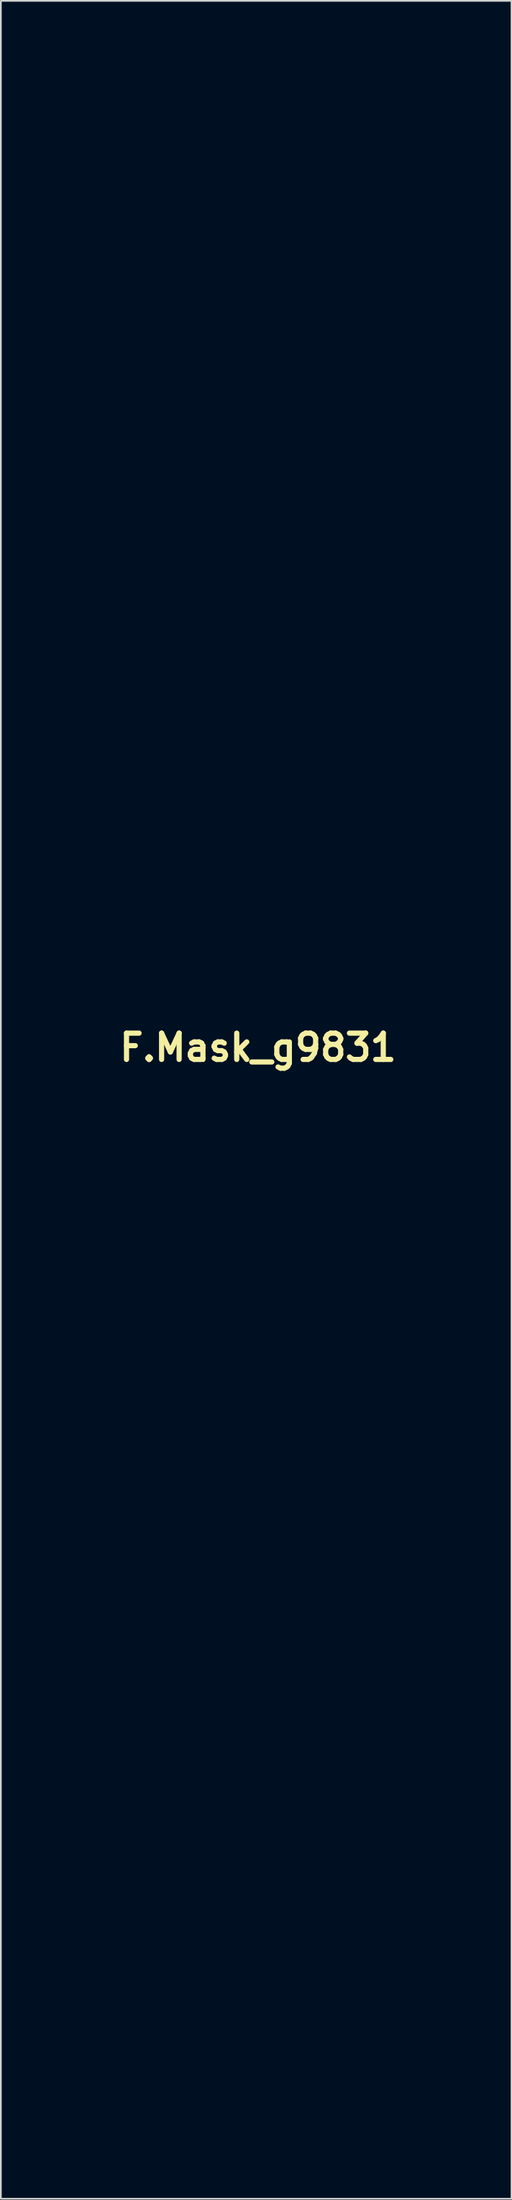
<source format=kicad_pcb>
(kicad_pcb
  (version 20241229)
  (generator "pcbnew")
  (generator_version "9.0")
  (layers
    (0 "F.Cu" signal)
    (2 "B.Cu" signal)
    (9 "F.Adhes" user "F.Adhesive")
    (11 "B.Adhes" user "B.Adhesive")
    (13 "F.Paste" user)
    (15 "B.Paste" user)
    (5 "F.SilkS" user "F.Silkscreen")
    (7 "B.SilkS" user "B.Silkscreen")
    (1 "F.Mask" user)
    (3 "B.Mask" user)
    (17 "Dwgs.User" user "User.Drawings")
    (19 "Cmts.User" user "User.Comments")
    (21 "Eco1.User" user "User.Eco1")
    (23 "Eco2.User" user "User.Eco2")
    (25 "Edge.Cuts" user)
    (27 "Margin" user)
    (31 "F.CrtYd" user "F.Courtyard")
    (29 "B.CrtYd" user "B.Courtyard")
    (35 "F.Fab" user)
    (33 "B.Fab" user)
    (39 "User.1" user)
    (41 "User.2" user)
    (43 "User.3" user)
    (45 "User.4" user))
  (footprint "F.Mask_g9831"
    (layer "F.Cu")
    (at 11.901 57.621)
    (property "Reference" "F.Mask_g9831" (at 0 0 0) (layer "F.SilkS") (effects (font (size 1.524 1.524) (thickness 0.3))))
    (attr through_hole)
    (fp_poly (pts (xy 3.627 58.476) (xy 3.632 58.527) (xy 3.627 58.533) (xy 3.601 58.527) (xy 3.598 58.505) (xy 3.614 58.47) (xy 3.627 58.476)) (stroke (width 0.01) (type solid)) (fill yes) (layer "F.Mask"))
    (fp_poly (pts (xy -4.582 -33.839) (xy -4.42 -33.807) (xy -4.298 -33.724) (xy -4.213 -33.581) (xy -4.16 -33.374) (xy -4.136 -33.093) (xy -4.134 -33.02) (xy -4.142 -32.696) (xy -4.178 -32.447) (xy -4.245 -32.267) (xy -4.345 -32.152) (xy -4.481 -32.096) (xy -4.571 -32.089) (xy -4.743 -32.089) (xy -4.732 -32.967) (xy -4.72 -33.846) (xy -4.582 -33.839)) (stroke (width 0.01) (type solid)) (fill yes) (layer "F.Mask"))
    (fp_poly (pts (xy 6.624 -33.517) (xy 6.653 -33.423) (xy 6.687 -33.28) (xy 6.704 -33.199) (xy 6.74 -33.024) (xy 6.772 -32.875) (xy 6.795 -32.775) (xy 6.8 -32.755) (xy 6.801 -32.711) (xy 6.759 -32.689) (xy 6.655 -32.682) (xy 6.615 -32.681) (xy 6.408 -32.681) (xy 6.495 -33.101) (xy 6.534 -33.28) (xy 6.569 -33.425) (xy 6.596 -33.519) (xy 6.606 -33.544) (xy 6.624 -33.517)) (stroke (width 0.01) (type solid)) (fill yes) (layer "F.Mask"))
    (fp_poly (pts (xy -5.899 -33.524) (xy -5.872 -33.429) (xy -5.839 -33.287) (xy -5.825 -33.222) (xy -5.789 -33.048) (xy -5.758 -32.896) (xy -5.737 -32.793) (xy -5.733 -32.777) (xy -5.729 -32.718) (xy -5.761 -32.69) (xy -5.85 -32.682) (xy -5.905 -32.681) (xy -6.026 -32.688) (xy -6.083 -32.712) (xy -6.095 -32.755) (xy -6.086 -32.83) (xy -6.062 -32.955) (xy -6.03 -33.109) (xy -5.994 -33.269) (xy -5.959 -33.412) (xy -5.931 -33.515) (xy -5.916 -33.553) (xy -5.899 -33.524)) (stroke (width 0.01) (type solid)) (fill yes) (layer "F.Mask"))
    (fp_poly (pts (xy 2.605 -33.486) (xy 2.634 -33.373) (xy 2.668 -33.224) (xy 2.702 -33.062) (xy 2.73 -32.91) (xy 2.748 -32.792) (xy 2.752 -32.744) (xy 2.726 -32.703) (xy 2.64 -32.684) (xy 2.558 -32.681) (xy 2.44 -32.686) (xy 2.388 -32.706) (xy 2.384 -32.748) (xy 2.386 -32.755) (xy 2.404 -32.829) (xy 2.433 -32.962) (xy 2.468 -33.13) (xy 2.482 -33.2) (xy 2.518 -33.359) (xy 2.551 -33.477) (xy 2.577 -33.536) (xy 2.586 -33.538) (xy 2.605 -33.486)) (stroke (width 0.01) (type solid)) (fill yes) (layer "F.Mask"))
    (fp_poly (pts (xy 10.219 -57.541) (xy 10.365 -57.486) (xy 10.525 -57.414) (xy 10.682 -57.334) (xy 10.817 -57.255) (xy 10.912 -57.185) (xy 10.949 -57.133) (xy 10.948 -57.126) (xy 10.925 -57.058) (xy 10.922 -57.041) (xy 10.9 -57.026) (xy 10.828 -57.044) (xy 10.7 -57.099) (xy 10.509 -57.192) (xy 10.414 -57.241) (xy 10.248 -57.329) (xy 10.113 -57.405) (xy 10.025 -57.461) (xy 10 -57.483) (xy 10.017 -57.537) (xy 10.044 -57.565) (xy 10.106 -57.57) (xy 10.219 -57.541)) (stroke (width 0.01) (type solid)) (fill yes) (layer "F.Mask"))
    (fp_poly (pts (xy 9.661 -56.634) (xy 9.684 -56.595) (xy 9.675 -56.501) (xy 9.672 -56.483) (xy 9.63 -56.279) (xy 9.576 -56.077) (xy 9.516 -55.894) (xy 9.456 -55.748) (xy 9.402 -55.653) (xy 9.365 -55.627) (xy 9.306 -55.647) (xy 9.277 -55.664) (xy 9.251 -55.698) (xy 9.254 -55.761) (xy 9.289 -55.872) (xy 9.33 -55.979) (xy 9.392 -56.153) (xy 9.443 -56.329) (xy 9.468 -56.449) (xy 9.49 -56.569) (xy 9.523 -56.626) (xy 9.581 -56.642) (xy 9.596 -56.642) (xy 9.661 -56.634)) (stroke (width 0.01) (type solid)) (fill yes) (layer "F.Mask"))
    (fp_poly (pts (xy -10.404 -56.743) (xy -10.303 -56.698) (xy -10.157 -56.605) (xy -9.962 -56.461) (xy -9.77 -56.309) (xy -9.648 -56.208) (xy -9.582 -56.142) (xy -9.564 -56.097) (xy -9.582 -56.057) (xy -9.597 -56.04) (xy -9.657 -55.983) (xy -9.707 -55.975) (xy -9.772 -56.021) (xy -9.845 -56.095) (xy -9.94 -56.184) (xy -10.077 -56.299) (xy -10.229 -56.418) (xy -10.255 -56.438) (xy -10.386 -56.538) (xy -10.485 -56.622) (xy -10.537 -56.675) (xy -10.541 -56.684) (xy -10.507 -56.725) (xy -10.469 -56.745) (xy -10.404 -56.743)) (stroke (width 0.01) (type solid)) (fill yes) (layer "F.Mask"))
    (fp_poly (pts (xy 11.232 -56.721) (xy 11.271 -56.675) (xy 11.334 -56.579) (xy 11.414 -56.439) (xy 11.498 -56.277) (xy 11.578 -56.114) (xy 11.641 -55.97) (xy 11.678 -55.867) (xy 11.684 -55.837) (xy 11.651 -55.76) (xy 11.617 -55.736) (xy 11.54 -55.714) (xy 11.505 -55.739) (xy 11.487 -55.785) (xy 11.435 -55.919) (xy 11.359 -56.088) (xy 11.273 -56.265) (xy 11.19 -56.421) (xy 11.128 -56.524) (xy 11.07 -56.611) (xy 11.06 -56.659) (xy 11.097 -56.699) (xy 11.115 -56.713) (xy 11.179 -56.746) (xy 11.232 -56.721)) (stroke (width 0.01) (type solid)) (fill yes) (layer "F.Mask"))
    (fp_poly (pts (xy 9.013 62.139) (xy 9.214 62.173) (xy 9.383 62.229) (xy 9.502 62.305) (xy 9.552 62.385) (xy 9.555 62.485) (xy 9.5 62.558) (xy 9.375 62.614) (xy 9.301 62.634) (xy 9.191 62.666) (xy 9.143 62.704) (xy 9.136 62.777) (xy 9.144 62.846) (xy 9.166 63.126) (xy 9.159 63.351) (xy 9.124 63.513) (xy 9.085 63.58) (xy 8.965 63.653) (xy 8.807 63.659) (xy 8.688 63.625) (xy 8.601 63.563) (xy 8.547 63.452) (xy 8.525 63.283) (xy 8.531 63.046) (xy 8.534 63.009) (xy 8.562 62.66) (xy 8.388 62.613) (xy 8.239 62.548) (xy 8.159 62.458) (xy 8.154 62.352) (xy 8.169 62.318) (xy 8.257 62.233) (xy 8.403 62.173) (xy 8.59 62.138) (xy 8.799 62.127) (xy 9.013 62.139)) (stroke (width 0.01) (type solid)) (fill yes) (layer "F.Mask"))
    (fp_poly (pts (xy -0.504 60.326) (xy -0.329 60.415) (xy -0.194 60.564) (xy -0.108 60.755) (xy -0.078 60.969) (xy -0.111 61.188) (xy -0.125 61.23) (xy -0.216 61.358) (xy -0.363 61.447) (xy -0.545 61.487) (xy -0.74 61.472) (xy -0.741 61.471) (xy -0.952 61.39) (xy -1.093 61.265) (xy -1.167 61.09) (xy -1.173 60.95) (xy -0.718 60.95) (xy -0.71 61.054) (xy -0.691 61.102) (xy -0.632 61.122) (xy -0.586 61.068) (xy -0.559 60.95) (xy -0.558 60.941) (xy -0.562 60.817) (xy -0.59 60.735) (xy -0.633 60.71) (xy -0.678 60.749) (xy -0.707 60.835) (xy -0.718 60.95) (xy -1.173 60.95) (xy -1.177 60.861) (xy -1.176 60.854) (xy -1.125 60.627) (xy -1.019 60.454) (xy -0.867 60.344) (xy -0.68 60.303) (xy -0.504 60.326)) (stroke (width 0.01) (type solid)) (fill yes) (layer "F.Mask"))
    (fp_poly (pts (xy 5.627 60.31) (xy 5.839 60.352) (xy 6.008 60.466) (xy 6.131 60.65) (xy 6.203 60.885) (xy 6.202 61.083) (xy 6.132 61.254) (xy 6.005 61.386) (xy 5.835 61.468) (xy 5.635 61.489) (xy 5.524 61.471) (xy 5.323 61.391) (xy 5.186 61.26) (xy 5.143 61.187) (xy 5.088 60.988) (xy 5.09 60.941) (xy 5.554 60.941) (xy 5.572 61.041) (xy 5.596 61.079) (xy 5.668 61.126) (xy 5.716 61.093) (xy 5.736 61.044) (xy 5.747 60.95) (xy 5.736 60.841) (xy 5.71 60.749) (xy 5.674 60.706) (xy 5.671 60.706) (xy 5.609 60.743) (xy 5.568 60.831) (xy 5.554 60.941) (xy 5.09 60.941) (xy 5.097 60.788) (xy 5.164 60.604) (xy 5.277 60.452) (xy 5.43 60.348) (xy 5.612 60.309) (xy 5.627 60.31)) (stroke (width 0.01) (type solid)) (fill yes) (layer "F.Mask"))
    (fp_poly (pts (xy 7.39 60.349) (xy 7.406 60.365) (xy 7.47 60.482) (xy 7.494 60.65) (xy 7.482 60.845) (xy 7.438 61.046) (xy 7.365 61.229) (xy 7.267 61.371) (xy 7.235 61.401) (xy 7.066 61.489) (xy 6.856 61.505) (xy 6.712 61.479) (xy 6.545 61.408) (xy 6.432 61.288) (xy 6.37 61.112) (xy 6.356 60.872) (xy 6.36 60.781) (xy 6.378 60.61) (xy 6.403 60.501) (xy 6.445 60.431) (xy 6.477 60.401) (xy 6.607 60.333) (xy 6.733 60.347) (xy 6.793 60.382) (xy 6.834 60.421) (xy 6.851 60.472) (xy 6.845 60.56) (xy 6.819 60.706) (xy 6.793 60.857) (xy 6.789 60.95) (xy 6.807 61.007) (xy 6.828 61.032) (xy 6.9 61.066) (xy 6.962 61.027) (xy 7.007 60.923) (xy 7.027 60.767) (xy 7.028 60.735) (xy 7.048 60.534) (xy 7.102 60.388) (xy 7.181 60.304) (xy 7.28 60.289) (xy 7.39 60.349)) (stroke (width 0.01) (type solid)) (fill yes) (layer "F.Mask"))
    (fp_poly (pts (xy 1.068 62.168) (xy 1.242 62.221) (xy 1.301 62.255) (xy 1.444 62.407) (xy 1.55 62.611) (xy 1.611 62.845) (xy 1.624 63.081) (xy 1.581 63.297) (xy 1.551 63.366) (xy 1.428 63.511) (xy 1.251 63.61) (xy 1.038 63.657) (xy 0.808 63.646) (xy 0.664 63.608) (xy 0.478 63.518) (xy 0.344 63.388) (xy 0.244 63.209) (xy 0.191 62.999) (xy 0.193 62.949) (xy 0.804 62.949) (xy 0.822 63.077) (xy 0.867 63.166) (xy 0.926 63.203) (xy 0.985 63.174) (xy 0.998 63.157) (xy 1.018 63.076) (xy 1.023 62.953) (xy 1.014 62.821) (xy 0.992 62.716) (xy 0.972 62.678) (xy 0.917 62.665) (xy 0.863 62.718) (xy 0.821 62.818) (xy 0.804 62.946) (xy 0.804 62.949) (xy 0.193 62.949) (xy 0.2 62.771) (xy 0.264 62.549) (xy 0.376 62.357) (xy 0.52 62.226) (xy 0.673 62.169) (xy 0.867 62.15) (xy 1.068 62.168)) (stroke (width 0.01) (type solid)) (fill yes) (layer "F.Mask"))
    (fp_poly (pts (xy 9.542 60.307) (xy 9.676 60.372) (xy 9.772 60.463) (xy 9.815 60.566) (xy 9.792 60.667) (xy 9.779 60.685) (xy 9.686 60.739) (xy 9.563 60.74) (xy 9.448 60.691) (xy 9.433 60.678) (xy 9.376 60.633) (xy 9.357 60.651) (xy 9.356 60.694) (xy 9.348 60.801) (xy 9.333 60.902) (xy 9.33 61.01) (xy 9.35 61.083) (xy 9.388 61.113) (xy 9.449 61.1) (xy 9.54 61.048) (xy 9.678 60.991) (xy 9.786 61.001) (xy 9.85 61.073) (xy 9.864 61.154) (xy 9.831 61.264) (xy 9.749 61.372) (xy 9.646 61.448) (xy 9.573 61.468) (xy 9.473 61.476) (xy 9.433 61.483) (xy 9.349 61.488) (xy 9.274 61.479) (xy 9.09 61.406) (xy 8.955 61.271) (xy 8.877 61.086) (xy 8.862 60.862) (xy 8.867 60.819) (xy 8.922 60.583) (xy 9.018 60.418) (xy 9.159 60.32) (xy 9.352 60.283) (xy 9.383 60.283) (xy 9.542 60.307)) (stroke (width 0.01) (type solid)) (fill yes) (layer "F.Mask"))
    (fp_poly (pts (xy 10.712 60.309) (xy 10.753 60.323) (xy 10.789 60.383) (xy 10.762 60.452) (xy 10.685 60.509) (xy 10.611 60.529) (xy 10.521 60.563) (xy 10.499 60.624) (xy 10.516 60.681) (xy 10.583 60.703) (xy 10.648 60.706) (xy 10.769 60.724) (xy 10.822 60.77) (xy 10.818 60.858) (xy 10.752 60.929) (xy 10.646 60.96) (xy 10.642 60.96) (xy 10.558 60.983) (xy 10.536 61.038) (xy 10.571 61.099) (xy 10.66 61.142) (xy 10.668 61.144) (xy 10.768 61.185) (xy 10.787 61.252) (xy 10.727 61.346) (xy 10.693 61.379) (xy 10.56 61.457) (xy 10.39 61.495) (xy 10.224 61.486) (xy 10.17 61.469) (xy 10.084 61.4) (xy 10.028 61.31) (xy 10.006 61.205) (xy 9.997 61.051) (xy 10 60.873) (xy 10.012 60.693) (xy 10.033 60.535) (xy 10.061 60.424) (xy 10.081 60.389) (xy 10.158 60.354) (xy 10.289 60.325) (xy 10.445 60.306) (xy 10.596 60.3) (xy 10.712 60.309)) (stroke (width 0.01) (type solid)) (fill yes) (layer "F.Mask"))
    (fp_poly (pts (xy 0.65 60.299) (xy 0.776 60.323) (xy 0.936 60.409) (xy 1.045 60.535) (xy 1.097 60.682) (xy 1.086 60.831) (xy 1.015 60.952) (xy 0.92 61.02) (xy 0.786 61.078) (xy 0.74 61.092) (xy 0.625 61.126) (xy 0.575 61.161) (xy 0.571 61.216) (xy 0.577 61.241) (xy 0.577 61.344) (xy 0.55 61.405) (xy 0.464 61.452) (xy 0.339 61.467) (xy 0.213 61.45) (xy 0.124 61.401) (xy 0.122 61.398) (xy 0.096 61.325) (xy 0.077 61.192) (xy 0.066 61.021) (xy 0.061 60.834) (xy 0.064 60.706) (xy 0.508 60.706) (xy 0.524 60.805) (xy 0.566 60.828) (xy 0.623 60.769) (xy 0.635 60.747) (xy 0.661 60.649) (xy 0.621 60.59) (xy 0.569 60.579) (xy 0.521 60.617) (xy 0.508 60.706) (xy 0.064 60.706) (xy 0.065 60.652) (xy 0.077 60.498) (xy 0.096 60.395) (xy 0.11 60.367) (xy 0.192 60.329) (xy 0.328 60.303) (xy 0.49 60.293) (xy 0.65 60.299)) (stroke (width 0.01) (type solid)) (fill yes) (layer "F.Mask"))
    (fp_poly (pts (xy 1.883 60.306) (xy 1.928 60.327) (xy 1.963 60.397) (xy 1.935 60.472) (xy 1.86 60.526) (xy 1.798 60.537) (xy 1.715 60.557) (xy 1.693 60.621) (xy 1.71 60.679) (xy 1.774 60.703) (xy 1.843 60.706) (xy 1.964 60.724) (xy 2.017 60.77) (xy 2.012 60.858) (xy 1.947 60.93) (xy 1.843 60.96) (xy 1.841 60.96) (xy 1.765 60.982) (xy 1.717 61.032) (xy 1.715 61.084) (xy 1.747 61.106) (xy 1.869 61.147) (xy 1.928 61.185) (xy 1.947 61.237) (xy 1.947 61.254) (xy 1.909 61.346) (xy 1.81 61.422) (xy 1.674 61.476) (xy 1.525 61.497) (xy 1.386 61.477) (xy 1.368 61.47) (xy 1.285 61.416) (xy 1.23 61.33) (xy 1.199 61.196) (xy 1.186 60.999) (xy 1.185 60.902) (xy 1.188 60.675) (xy 1.203 60.519) (xy 1.239 60.418) (xy 1.305 60.359) (xy 1.41 60.326) (xy 1.564 60.307) (xy 1.566 60.307) (xy 1.761 60.295) (xy 1.883 60.306)) (stroke (width 0.01) (type solid)) (fill yes) (layer "F.Mask"))
    (fp_poly (pts (xy 2.602 62.118) (xy 2.803 62.179) (xy 2.951 62.289) (xy 2.963 62.302) (xy 3.037 62.437) (xy 3.03 62.558) (xy 2.959 62.658) (xy 2.844 62.719) (xy 2.707 62.717) (xy 2.578 62.655) (xy 2.535 62.613) (xy 2.479 62.56) (xy 2.443 62.565) (xy 2.422 62.637) (xy 2.414 62.782) (xy 2.413 62.872) (xy 2.419 63.042) (xy 2.444 63.135) (xy 2.5 63.161) (xy 2.601 63.126) (xy 2.707 63.068) (xy 2.82 63.011) (xy 2.901 62.999) (xy 2.98 63.025) (xy 3.06 63.082) (xy 3.089 63.174) (xy 3.09 63.218) (xy 3.052 63.391) (xy 2.942 63.525) (xy 2.766 63.613) (xy 2.734 63.622) (xy 2.548 63.66) (xy 2.405 63.662) (xy 2.27 63.626) (xy 2.171 63.581) (xy 1.982 63.448) (xy 1.863 63.269) (xy 1.812 63.04) (xy 1.809 62.955) (xy 1.836 62.651) (xy 1.91 62.416) (xy 2.033 62.248) (xy 2.206 62.146) (xy 2.364 62.113) (xy 2.602 62.118)) (stroke (width 0.01) (type solid)) (fill yes) (layer "F.Mask"))
    (fp_poly (pts (xy 6.122 62.147) (xy 6.215 62.212) (xy 6.278 62.333) (xy 6.318 62.521) (xy 6.33 62.632) (xy 6.344 62.935) (xy 6.326 63.195) (xy 6.279 63.4) (xy 6.215 63.521) (xy 6.142 63.594) (xy 6.053 63.62) (xy 5.954 63.619) (xy 5.86 63.607) (xy 5.792 63.577) (xy 5.731 63.511) (xy 5.657 63.392) (xy 5.631 63.349) (xy 5.482 63.092) (xy 5.482 63.3) (xy 5.473 63.441) (xy 5.438 63.531) (xy 5.382 63.588) (xy 5.283 63.653) (xy 5.195 63.661) (xy 5.08 63.615) (xy 4.976 63.515) (xy 4.907 63.343) (xy 4.875 63.103) (xy 4.873 63.013) (xy 4.885 62.715) (xy 4.921 62.491) (xy 4.985 62.334) (xy 5.082 62.237) (xy 5.215 62.193) (xy 5.293 62.188) (xy 5.413 62.208) (xy 5.514 62.275) (xy 5.608 62.403) (xy 5.696 62.576) (xy 5.76 62.717) (xy 5.735 62.505) (xy 5.732 62.322) (xy 5.776 62.203) (xy 5.874 62.142) (xy 5.991 62.128) (xy 6.122 62.147)) (stroke (width 0.01) (type solid)) (fill yes) (layer "F.Mask"))
    (fp_poly (pts (xy -0.507 62.113) (xy -0.317 62.159) (xy -0.162 62.246) (xy -0.062 62.367) (xy -0.05 62.396) (xy -0.028 62.501) (xy -0.061 62.589) (xy -0.091 62.63) (xy -0.204 62.719) (xy -0.333 62.728) (xy -0.464 62.658) (xy -0.486 62.637) (xy -0.56 62.575) (xy -0.608 62.557) (xy -0.611 62.559) (xy -0.623 62.61) (xy -0.632 62.722) (xy -0.635 62.871) (xy -0.635 62.872) (xy -0.63 63.041) (xy -0.606 63.134) (xy -0.552 63.159) (xy -0.458 63.126) (xy -0.362 63.072) (xy -0.214 63.013) (xy -0.087 63.015) (xy -0.000052 63.076) (xy 0.021 63.12) (xy 0.026 63.257) (xy -0.025 63.404) (xy -0.117 63.526) (xy -0.175 63.567) (xy -0.313 63.614) (xy -0.489 63.645) (xy -0.663 63.655) (xy -0.783 63.641) (xy -0.945 63.56) (xy -1.093 63.421) (xy -1.199 63.248) (xy -1.209 63.225) (xy -1.257 63.015) (xy -1.256 62.79) (xy -1.211 62.571) (xy -1.128 62.377) (xy -1.013 62.231) (xy -0.909 62.163) (xy -0.711 62.112) (xy -0.507 62.113)) (stroke (width 0.01) (type solid)) (fill yes) (layer "F.Mask"))
    (fp_poly (pts (xy 4.211 62.181) (xy 4.351 62.261) (xy 4.42 62.317) (xy 4.561 62.488) (xy 4.651 62.695) (xy 4.69 62.92) (xy 4.677 63.143) (xy 4.613 63.346) (xy 4.497 63.509) (xy 4.427 63.566) (xy 4.284 63.623) (xy 4.096 63.651) (xy 3.896 63.648) (xy 3.718 63.612) (xy 3.704 63.607) (xy 3.598 63.568) (xy 3.533 63.545) (xy 3.525 63.543) (xy 3.496 63.512) (xy 3.435 63.432) (xy 3.387 63.367) (xy 3.308 63.24) (xy 3.27 63.119) (xy 3.261 62.96) (xy 3.261 62.954) (xy 3.263 62.937) (xy 3.855 62.937) (xy 3.879 63.08) (xy 3.92 63.139) (xy 3.999 63.176) (xy 4.066 63.142) (xy 4.104 63.05) (xy 4.106 63.013) (xy 4.093 62.847) (xy 4.059 62.728) (xy 4.01 62.665) (xy 3.955 62.667) (xy 3.902 62.742) (xy 3.894 62.762) (xy 3.855 62.937) (xy 3.263 62.937) (xy 3.292 62.682) (xy 3.381 62.458) (xy 3.521 62.29) (xy 3.707 62.185) (xy 3.849 62.155) (xy 4.054 62.149) (xy 4.211 62.181)) (stroke (width 0.01) (type solid)) (fill yes) (layer "F.Mask"))
    (fp_poly (pts (xy 7.807 62.143) (xy 7.931 62.227) (xy 7.981 62.327) (xy 8.005 62.486) (xy 8.003 62.684) (xy 7.979 62.901) (xy 7.934 63.116) (xy 7.871 63.309) (xy 7.801 63.445) (xy 7.674 63.567) (xy 7.493 63.643) (xy 7.279 63.671) (xy 7.052 63.647) (xy 6.867 63.585) (xy 6.697 63.469) (xy 6.586 63.299) (xy 6.533 63.071) (xy 6.534 62.799) (xy 6.56 62.573) (xy 6.597 62.414) (xy 6.652 62.307) (xy 6.732 62.234) (xy 6.788 62.204) (xy 6.895 62.162) (xy 6.978 62.164) (xy 7.053 62.194) (xy 7.11 62.226) (xy 7.147 62.265) (xy 7.165 62.326) (xy 7.167 62.426) (xy 7.155 62.58) (xy 7.132 62.79) (xy 7.118 62.944) (xy 7.119 63.035) (xy 7.138 63.082) (xy 7.173 63.103) (xy 7.26 63.107) (xy 7.327 63.043) (xy 7.376 62.904) (xy 7.408 62.688) (xy 7.414 62.623) (xy 7.431 62.437) (xy 7.452 62.315) (xy 7.483 62.238) (xy 7.529 62.185) (xy 7.539 62.176) (xy 7.667 62.122) (xy 7.807 62.143)) (stroke (width 0.01) (type solid)) (fill yes) (layer "F.Mask"))
    (fp_poly (pts (xy 10.044 -56.888) (xy 10.078 -56.881) (xy 10.104 -56.861) (xy 10.122 -56.817) (xy 10.135 -56.737) (xy 10.144 -56.609) (xy 10.152 -56.42) (xy 10.16 -56.159) (xy 10.16 -56.155) (xy 10.181 -55.435) (xy 10.524 -55.423) (xy 10.719 -55.421) (xy 10.846 -55.438) (xy 10.922 -55.486) (xy 10.965 -55.577) (xy 10.99 -55.723) (xy 10.993 -55.747) (xy 11.01 -55.871) (xy 11.032 -55.928) (xy 11.068 -55.932) (xy 11.102 -55.917) (xy 11.153 -55.875) (xy 11.172 -55.807) (xy 11.168 -55.684) (xy 11.166 -55.667) (xy 11.139 -55.519) (xy 11.095 -55.39) (xy 11.076 -55.353) (xy 11.041 -55.306) (xy 10.999 -55.274) (xy 10.933 -55.256) (xy 10.826 -55.248) (xy 10.66 -55.245) (xy 10.547 -55.245) (xy 10.337 -55.247) (xy 10.195 -55.255) (xy 10.104 -55.27) (xy 10.047 -55.296) (xy 10.018 -55.322) (xy 9.993 -55.362) (xy 9.974 -55.423) (xy 9.961 -55.519) (xy 9.953 -55.661) (xy 9.949 -55.862) (xy 9.948 -56.135) (xy 9.948 -56.151) (xy 9.948 -56.902) (xy 10.044 -56.888)) (stroke (width 0.01) (type solid)) (fill yes) (layer "F.Mask"))
    (fp_poly (pts (xy 8.361 60.3) (xy 8.53 60.367) (xy 8.645 60.482) (xy 8.675 60.548) (xy 8.697 60.696) (xy 8.673 60.831) (xy 8.608 60.925) (xy 8.574 60.944) (xy 8.542 60.971) (xy 8.559 61.025) (xy 8.616 61.106) (xy 8.699 61.24) (xy 8.711 61.338) (xy 8.65 61.411) (xy 8.584 61.445) (xy 8.44 61.476) (xy 8.316 61.434) (xy 8.203 61.325) (xy 8.149 61.271) (xy 8.129 61.287) (xy 8.128 61.299) (xy 8.089 61.406) (xy 7.99 61.475) (xy 7.854 61.494) (xy 7.776 61.481) (xy 7.703 61.429) (xy 7.662 61.361) (xy 7.647 61.27) (xy 7.643 61.122) (xy 7.647 60.942) (xy 7.659 60.756) (xy 7.66 60.748) (xy 8.086 60.748) (xy 8.101 60.849) (xy 8.144 60.87) (xy 8.212 60.812) (xy 8.244 60.728) (xy 8.219 60.653) (xy 8.15 60.621) (xy 8.099 60.657) (xy 8.086 60.748) (xy 7.66 60.748) (xy 7.677 60.592) (xy 7.7 60.474) (xy 7.711 60.443) (xy 7.774 60.385) (xy 7.882 60.335) (xy 7.906 60.327) (xy 8.149 60.286) (xy 8.361 60.3)) (stroke (width 0.01) (type solid)) (fill yes) (layer "F.Mask"))
    (fp_poly (pts (xy 10.537 62.126) (xy 10.677 62.188) (xy 10.78 62.274) (xy 10.831 62.373) (xy 10.82 62.473) (xy 10.787 62.518) (xy 10.698 62.561) (xy 10.586 62.564) (xy 10.492 62.529) (xy 10.464 62.499) (xy 10.398 62.45) (xy 10.352 62.456) (xy 10.298 62.504) (xy 10.323 62.572) (xy 10.426 62.656) (xy 10.456 62.675) (xy 10.64 62.803) (xy 10.788 62.942) (xy 10.887 63.076) (xy 10.922 63.189) (xy 10.883 63.349) (xy 10.777 63.483) (xy 10.618 63.585) (xy 10.422 63.647) (xy 10.204 63.664) (xy 9.979 63.627) (xy 9.976 63.626) (xy 9.814 63.547) (xy 9.718 63.433) (xy 9.694 63.328) (xy 9.712 63.23) (xy 9.774 63.192) (xy 9.889 63.207) (xy 9.953 63.227) (xy 10.073 63.253) (xy 10.16 63.244) (xy 10.195 63.203) (xy 10.184 63.165) (xy 10.13 63.117) (xy 10.031 63.055) (xy 9.994 63.036) (xy 9.82 62.911) (xy 9.721 62.749) (xy 9.694 62.578) (xy 9.733 62.406) (xy 9.843 62.267) (xy 10.013 62.166) (xy 10.235 62.111) (xy 10.371 62.103) (xy 10.537 62.126)) (stroke (width 0.01) (type solid)) (fill yes) (layer "F.Mask"))
    (fp_poly (pts (xy 4.694 60.304) (xy 4.775 60.353) (xy 4.8 60.373) (xy 4.883 60.471) (xy 4.888 60.546) (xy 4.825 60.623) (xy 4.734 60.651) (xy 4.65 60.623) (xy 4.634 60.605) (xy 4.567 60.547) (xy 4.51 60.545) (xy 4.487 60.594) (xy 4.519 60.648) (xy 4.602 60.73) (xy 4.709 60.817) (xy 4.826 60.914) (xy 4.912 61.003) (xy 4.946 61.059) (xy 4.942 61.218) (xy 4.862 61.343) (xy 4.729 61.427) (xy 4.568 61.489) (xy 4.433 61.502) (xy 4.283 61.47) (xy 4.22 61.449) (xy 4.104 61.406) (xy 4.045 61.371) (xy 4.022 61.323) (xy 4.012 61.254) (xy 4.011 61.192) (xy 4.041 61.164) (xy 4.121 61.159) (xy 4.202 61.163) (xy 4.339 61.161) (xy 4.397 61.134) (xy 4.374 61.087) (xy 4.27 61.022) (xy 4.261 61.018) (xy 4.134 60.928) (xy 4.033 60.804) (xy 3.982 60.677) (xy 3.979 60.647) (xy 4.006 60.575) (xy 4.073 60.478) (xy 4.099 60.446) (xy 4.188 60.363) (xy 4.286 60.317) (xy 4.428 60.295) (xy 4.451 60.293) (xy 4.597 60.287) (xy 4.694 60.304)) (stroke (width 0.01) (type solid)) (fill yes) (layer "F.Mask"))
    (fp_poly (pts (xy -9.61 -57.34) (xy -9.612 -57.292) (xy -9.631 -57.261) (xy -9.681 -57.244) (xy -9.778 -57.236) (xy -9.938 -57.234) (xy -10.022 -57.234) (xy -10.435 -57.234) (xy -10.53 -57.087) (xy -10.563 -57.033) (xy -10.587 -56.977) (xy -10.604 -56.905) (xy -10.615 -56.806) (xy -10.621 -56.666) (xy -10.625 -56.472) (xy -10.626 -56.212) (xy -10.626 -56.071) (xy -10.626 -55.203) (xy -10.837 -55.203) (xy -10.837 -56.654) (xy -11.06 -56.444) (xy -11.218 -56.305) (xy -11.398 -56.163) (xy -11.525 -56.072) (xy -11.66 -55.987) (xy -11.746 -55.948) (xy -11.803 -55.947) (xy -11.832 -55.964) (xy -11.885 -56.022) (xy -11.896 -56.049) (xy -11.863 -56.086) (xy -11.777 -56.154) (xy -11.657 -56.238) (xy -11.655 -56.239) (xy -11.487 -56.36) (xy -11.311 -56.502) (xy -11.208 -56.592) (xy -11.097 -56.704) (xy -10.978 -56.837) (xy -10.866 -56.972) (xy -10.775 -57.092) (xy -10.72 -57.18) (xy -10.71 -57.209) (xy -10.75 -57.218) (xy -10.859 -57.226) (xy -11.022 -57.232) (xy -11.223 -57.235) (xy -11.282 -57.235) (xy -11.853 -57.235) (xy -11.853 -57.446) (xy -9.61 -57.446) (xy -9.61 -57.34)) (stroke (width 0.01) (type solid)) (fill yes) (layer "F.Mask"))
    (fp_poly (pts (xy 3.174 60.337) (xy 3.253 60.451) (xy 3.255 60.458) (xy 3.287 60.609) (xy 3.3 60.806) (xy 3.295 61.015) (xy 3.273 61.203) (xy 3.241 61.321) (xy 3.188 61.42) (xy 3.121 61.461) (xy 3.03 61.468) (xy 2.94 61.46) (xy 2.876 61.426) (xy 2.813 61.346) (xy 2.758 61.254) (xy 2.636 61.04) (xy 2.636 61.207) (xy 2.627 61.352) (xy 2.588 61.432) (xy 2.507 61.464) (xy 2.43 61.468) (xy 2.329 61.458) (xy 2.268 61.413) (xy 2.215 61.309) (xy 2.178 61.185) (xy 2.165 61.035) (xy 2.174 60.833) (xy 2.186 60.727) (xy 2.836 60.727) (xy 2.857 60.748) (xy 2.879 60.727) (xy 2.857 60.706) (xy 2.836 60.727) (xy 2.186 60.727) (xy 2.193 60.661) (xy 2.218 60.549) (xy 2.258 60.473) (xy 2.309 60.42) (xy 2.405 60.354) (xy 2.489 60.325) (xy 2.493 60.325) (xy 2.581 60.36) (xy 2.682 60.452) (xy 2.776 60.581) (xy 2.787 60.6) (xy 2.817 60.645) (xy 2.831 60.625) (xy 2.835 60.531) (xy 2.835 60.528) (xy 2.853 60.402) (xy 2.912 60.33) (xy 2.925 60.323) (xy 3.058 60.291) (xy 3.174 60.337)) (stroke (width 0.01) (type solid)) (fill yes) (layer "F.Mask"))
    (fp_poly (pts (xy -1.766 -57.485) (xy -1.658 -57.471) (xy -1.612 -57.446) (xy -1.609 -57.434) (xy -1.62 -57.37) (xy -1.65 -57.247) (xy -1.693 -57.089) (xy -1.712 -57.024) (xy -1.815 -56.67) (xy -1.704 -56.455) (xy -1.623 -56.248) (xy -1.588 -56.047) (xy -1.6 -55.87) (xy -1.659 -55.737) (xy -1.691 -55.704) (xy -1.792 -55.648) (xy -1.88 -55.635) (xy -1.952 -55.669) (xy -1.983 -55.727) (xy -1.967 -55.779) (xy -1.917 -55.795) (xy -1.806 -55.827) (xy -1.748 -55.92) (xy -1.745 -56.068) (xy -1.796 -56.266) (xy -1.849 -56.396) (xy -1.961 -56.648) (xy -1.89 -56.952) (xy -1.856 -57.104) (xy -1.831 -57.222) (xy -1.82 -57.285) (xy -1.82 -57.288) (xy -1.857 -57.309) (xy -1.949 -57.319) (xy -1.968 -57.319) (xy -2.117 -57.319) (xy -2.117 -56.261) (xy -2.117 -55.935) (xy -2.118 -55.684) (xy -2.121 -55.498) (xy -2.127 -55.367) (xy -2.135 -55.282) (xy -2.148 -55.233) (xy -2.166 -55.21) (xy -2.189 -55.203) (xy -2.201 -55.203) (xy -2.227 -55.205) (xy -2.246 -55.22) (xy -2.261 -55.255) (xy -2.272 -55.321) (xy -2.279 -55.426) (xy -2.283 -55.581) (xy -2.285 -55.794) (xy -2.286 -56.075) (xy -2.286 -56.346) (xy -2.286 -57.489) (xy -1.947 -57.489) (xy -1.766 -57.485)) (stroke (width 0.01) (type solid)) (fill yes) (layer "F.Mask"))
    (fp_poly (pts (xy 3.037 -57.479) (xy 3.279 -57.474) (xy 3.449 -57.468) (xy 3.56 -57.459) (xy 3.626 -57.445) (xy 3.659 -57.424) (xy 3.672 -57.393) (xy 3.675 -57.372) (xy 3.672 -57.305) (xy 3.62 -57.28) (xy 3.559 -57.277) (xy 3.429 -57.277) (xy 3.429 -56.515) (xy 3.577 -56.515) (xy 3.679 -56.506) (xy 3.72 -56.469) (xy 3.725 -56.43) (xy 3.709 -56.372) (xy 3.644 -56.348) (xy 3.577 -56.346) (xy 3.429 -56.346) (xy 3.429 -55.203) (xy 3.217 -55.203) (xy 3.217 -56.346) (xy 2.806 -56.346) (xy 2.781 -56.077) (xy 2.724 -55.76) (xy 2.62 -55.475) (xy 2.53 -55.319) (xy 2.458 -55.229) (xy 2.403 -55.208) (xy 2.343 -55.247) (xy 2.339 -55.252) (xy 2.316 -55.307) (xy 2.353 -55.389) (xy 2.367 -55.41) (xy 2.458 -55.581) (xy 2.535 -55.807) (xy 2.59 -56.06) (xy 2.599 -56.123) (xy 2.628 -56.346) (xy 2.478 -56.346) (xy 2.375 -56.355) (xy 2.333 -56.391) (xy 2.328 -56.43) (xy 2.345 -56.489) (xy 2.41 -56.512) (xy 2.477 -56.515) (xy 2.625 -56.515) (xy 2.625 -56.896) (xy 2.624 -57.076) (xy 2.618 -57.188) (xy 2.604 -57.248) (xy 2.575 -57.272) (xy 2.528 -57.277) (xy 2.519 -57.277) (xy 2.794 -57.277) (xy 2.794 -56.515) (xy 3.217 -56.515) (xy 3.217 -57.277) (xy 2.794 -57.277) (xy 2.519 -57.277) (xy 2.439 -57.294) (xy 2.414 -57.362) (xy 2.413 -57.384) (xy 2.413 -57.491) (xy 3.037 -57.479)) (stroke (width 0.01) (type solid)) (fill yes) (layer "F.Mask"))
    (fp_poly (pts (xy 2.244 -57.384) (xy 2.237 -57.32) (xy 2.201 -57.288) (xy 2.114 -57.278) (xy 2.04 -57.277) (xy 1.837 -57.277) (xy 1.783 -57.034) (xy 1.75 -56.893) (xy 1.722 -56.782) (xy 1.708 -56.737) (xy 1.72 -56.706) (xy 1.795 -56.689) (xy 1.943 -56.684) (xy 2.201 -56.684) (xy 2.201 -55.541) (xy 1.947 -55.541) (xy 1.807 -55.539) (xy 1.731 -55.527) (xy 1.699 -55.496) (xy 1.693 -55.439) (xy 1.693 -55.435) (xy 1.673 -55.353) (xy 1.609 -55.33) (xy 1.571 -55.335) (xy 1.547 -55.362) (xy 1.533 -55.424) (xy 1.526 -55.537) (xy 1.524 -55.715) (xy 1.524 -55.781) (xy 1.523 -55.98) (xy 1.52 -56.106) (xy 1.511 -56.173) (xy 1.493 -56.192) (xy 1.464 -56.177) (xy 1.441 -56.157) (xy 1.38 -56.109) (xy 1.35 -56.127) (xy 1.332 -56.188) (xy 1.339 -56.319) (xy 1.4 -56.473) (xy 1.693 -56.473) (xy 1.693 -55.711) (xy 2.032 -55.711) (xy 2.032 -56.473) (xy 1.693 -56.473) (xy 1.4 -56.473) (xy 1.411 -56.501) (xy 1.412 -56.502) (xy 1.465 -56.624) (xy 1.524 -56.784) (xy 1.58 -56.954) (xy 1.624 -57.109) (xy 1.649 -57.222) (xy 1.651 -57.249) (xy 1.614 -57.267) (xy 1.521 -57.282) (xy 1.492 -57.285) (xy 1.384 -57.304) (xy 1.339 -57.344) (xy 1.333 -57.383) (xy 1.339 -57.42) (xy 1.367 -57.446) (xy 1.431 -57.461) (xy 1.547 -57.471) (xy 1.728 -57.478) (xy 1.789 -57.48) (xy 2.244 -57.492) (xy 2.244 -57.384)) (stroke (width 0.01) (type solid)) (fill yes) (layer "F.Mask"))
    (fp_poly (pts (xy -5.369 -57.601) (xy -5.341 -57.544) (xy -5.326 -57.424) (xy -5.326 -57.415) (xy -5.313 -57.214) (xy -5.08 -57.2) (xy -4.948 -57.197) (xy -4.89 -57.207) (xy -4.893 -57.233) (xy -4.897 -57.238) (xy -4.91 -57.303) (xy -4.876 -57.396) (xy -4.814 -57.49) (xy -4.739 -57.557) (xy -4.691 -57.573) (xy -4.61 -57.55) (xy -4.599 -57.485) (xy -4.658 -57.38) (xy -4.681 -57.35) (xy -4.797 -57.214) (xy -4.557 -57.201) (xy -4.318 -57.188) (xy -4.318 -56.915) (xy -4.32 -56.768) (xy -4.331 -56.686) (xy -4.357 -56.651) (xy -4.408 -56.642) (xy -4.424 -56.642) (xy -4.489 -56.65) (xy -4.52 -56.689) (xy -4.529 -56.781) (xy -4.53 -56.833) (xy -4.53 -57.023) (xy -6.35 -57.023) (xy -6.35 -56.833) (xy -6.356 -56.713) (xy -6.379 -56.657) (xy -6.429 -56.642) (xy -6.435 -56.642) (xy -6.481 -56.651) (xy -6.506 -56.689) (xy -6.517 -56.776) (xy -6.519 -56.915) (xy -6.519 -57.188) (xy -6.307 -57.201) (xy -6.094 -57.214) (xy -6.2 -57.368) (xy -6.261 -57.467) (xy -6.275 -57.519) (xy -6.244 -57.546) (xy -6.239 -57.548) (xy -6.157 -57.57) (xy -6.095 -57.546) (xy -6.025 -57.465) (xy -6.01 -57.445) (xy -5.953 -57.35) (xy -5.95 -57.286) (xy -5.97 -57.254) (xy -5.988 -57.22) (xy -5.959 -57.201) (xy -5.87 -57.194) (xy -5.763 -57.192) (xy -5.503 -57.192) (xy -5.503 -57.404) (xy -5.499 -57.531) (xy -5.48 -57.595) (xy -5.438 -57.615) (xy -5.421 -57.616) (xy -5.369 -57.601)) (stroke (width 0.01) (type solid)) (fill yes) (layer "F.Mask"))
    (fp_poly (pts (xy 7.871 -57.61) (xy 7.903 -57.578) (xy 7.915 -57.499) (xy 7.916 -57.383) (xy 7.916 -57.15) (xy 8.848 -57.15) (xy 8.848 -56.536) (xy 8.847 -56.297) (xy 8.844 -56.129) (xy 8.837 -56.021) (xy 8.824 -55.959) (xy 8.804 -55.93) (xy 8.774 -55.923) (xy 8.763 -55.922) (xy 8.694 -55.949) (xy 8.678 -55.986) (xy 8.663 -56.017) (xy 8.609 -56.036) (xy 8.501 -56.046) (xy 8.325 -56.049) (xy 8.297 -56.049) (xy 7.916 -56.049) (xy 7.916 -55.626) (xy 7.916 -55.434) (xy 7.911 -55.311) (xy 7.899 -55.242) (xy 7.875 -55.211) (xy 7.836 -55.203) (xy 7.811 -55.203) (xy 7.762 -55.205) (xy 7.732 -55.223) (xy 7.714 -55.272) (xy 7.707 -55.368) (xy 7.705 -55.525) (xy 7.705 -55.626) (xy 7.705 -56.049) (xy 7.324 -56.049) (xy 7.143 -56.048) (xy 7.031 -56.042) (xy 6.97 -56.026) (xy 6.947 -55.998) (xy 6.943 -55.962) (xy 6.922 -55.896) (xy 6.849 -55.887) (xy 6.847 -55.888) (xy 6.811 -55.896) (xy 6.784 -55.917) (xy 6.767 -55.965) (xy 6.755 -56.051) (xy 6.748 -56.189) (xy 6.743 -56.393) (xy 6.74 -56.526) (xy 6.733 -56.938) (xy 6.943 -56.938) (xy 6.943 -56.261) (xy 7.705 -56.261) (xy 7.705 -56.938) (xy 7.916 -56.938) (xy 7.916 -56.261) (xy 8.678 -56.261) (xy 8.678 -56.938) (xy 7.916 -56.938) (xy 7.705 -56.938) (xy 6.943 -56.938) (xy 6.733 -56.938) (xy 6.729 -57.15) (xy 7.705 -57.15) (xy 7.705 -57.383) (xy 7.707 -57.516) (xy 7.722 -57.586) (xy 7.758 -57.612) (xy 7.811 -57.616) (xy 7.871 -57.61)) (stroke (width 0.01) (type solid)) (fill yes) (layer "F.Mask"))
    (fp_poly (pts (xy 5.052 -56.536) (xy 5.081 -56.46) (xy 5.088 -56.399) (xy 5.101 -56.24) (xy 5.45 -56.228) (xy 5.8 -56.215) (xy 5.8 -55.409) (xy 5.98 -55.422) (xy 6.093 -55.435) (xy 6.147 -55.467) (xy 6.167 -55.543) (xy 6.172 -55.611) (xy 6.186 -55.721) (xy 6.214 -55.766) (xy 6.267 -55.765) (xy 6.268 -55.765) (xy 6.327 -55.71) (xy 6.354 -55.606) (xy 6.348 -55.479) (xy 6.311 -55.356) (xy 6.261 -55.283) (xy 6.196 -55.232) (xy 6.116 -55.208) (xy 5.993 -55.207) (xy 5.919 -55.211) (xy 5.755 -55.233) (xy 5.652 -55.269) (xy 5.628 -55.29) (xy 5.61 -55.359) (xy 5.596 -55.488) (xy 5.589 -55.652) (xy 5.589 -55.7) (xy 5.588 -56.049) (xy 5.092 -56.049) (xy 5.019 -55.86) (xy 4.927 -55.687) (xy 4.784 -55.539) (xy 4.578 -55.402) (xy 4.424 -55.323) (xy 4.266 -55.251) (xy 4.164 -55.214) (xy 4.099 -55.21) (xy 4.051 -55.234) (xy 4.03 -55.253) (xy 3.988 -55.309) (xy 4 -55.352) (xy 4.076 -55.394) (xy 4.188 -55.434) (xy 4.403 -55.528) (xy 4.596 -55.652) (xy 4.744 -55.791) (xy 4.803 -55.877) (xy 4.848 -55.969) (xy 4.868 -56.024) (xy 4.868 -56.026) (xy 4.829 -56.037) (xy 4.725 -56.045) (xy 4.575 -56.049) (xy 4.508 -56.049) (xy 4.333 -56.051) (xy 4.226 -56.058) (xy 4.171 -56.075) (xy 4.151 -56.106) (xy 4.149 -56.132) (xy 4.156 -56.173) (xy 4.19 -56.198) (xy 4.266 -56.214) (xy 4.4 -56.223) (xy 4.519 -56.228) (xy 4.889 -56.24) (xy 4.903 -56.399) (xy 4.922 -56.508) (xy 4.964 -56.553) (xy 4.995 -56.557) (xy 5.052 -56.536)) (stroke (width 0.01) (type solid)) (fill yes) (layer "F.Mask"))
    (fp_poly (pts (xy -3.51 -57.607) (xy -3.485 -57.569) (xy -3.474 -57.482) (xy -3.471 -57.34) (xy -3.471 -57.065) (xy -3.323 -57.065) (xy -3.223 -57.057) (xy -3.182 -57.022) (xy -3.175 -56.959) (xy -3.186 -56.888) (xy -3.236 -56.859) (xy -3.323 -56.854) (xy -3.42 -56.842) (xy -3.465 -56.801) (xy -3.457 -56.72) (xy -3.396 -56.59) (xy -3.319 -56.461) (xy -3.229 -56.295) (xy -3.193 -56.181) (xy -3.197 -56.143) (xy -3.224 -56.095) (xy -3.254 -56.118) (xy -3.274 -56.15) (xy -3.347 -56.265) (xy -3.399 -56.333) (xy -3.434 -56.346) (xy -3.455 -56.299) (xy -3.465 -56.184) (xy -3.469 -55.996) (xy -3.47 -55.806) (xy -3.471 -55.569) (xy -3.475 -55.404) (xy -3.482 -55.297) (xy -3.496 -55.237) (xy -3.517 -55.21) (xy -3.548 -55.203) (xy -3.556 -55.203) (xy -3.59 -55.207) (xy -3.614 -55.23) (xy -3.629 -55.285) (xy -3.638 -55.385) (xy -3.642 -55.543) (xy -3.644 -55.764) (xy -3.647 -55.964) (xy -3.652 -56.123) (xy -3.659 -56.227) (xy -3.668 -56.265) (xy -3.67 -56.261) (xy -3.698 -56.19) (xy -3.749 -56.07) (xy -3.799 -55.954) (xy -3.86 -55.824) (xy -3.9 -55.761) (xy -3.932 -55.755) (xy -3.958 -55.781) (xy -3.98 -55.835) (xy -3.972 -55.91) (xy -3.929 -56.027) (xy -3.892 -56.111) (xy -3.817 -56.293) (xy -3.748 -56.49) (xy -3.712 -56.609) (xy -3.65 -56.849) (xy -3.804 -56.862) (xy -3.91 -56.881) (xy -3.953 -56.924) (xy -3.958 -56.959) (xy -3.94 -57.019) (xy -3.871 -57.048) (xy -3.799 -57.057) (xy -3.641 -57.07) (xy -3.641 -57.343) (xy -3.638 -57.491) (xy -3.626 -57.573) (xy -3.599 -57.609) (xy -3.556 -57.616) (xy -3.51 -57.607)) (stroke (width 0.01) (type solid)) (fill yes) (layer "F.Mask"))
    (fp_poly (pts (xy -4.741 -56.303) (xy -5.016 -56.303) (xy -5.164 -56.301) (xy -5.247 -56.291) (xy -5.283 -56.265) (xy -5.292 -56.215) (xy -5.292 -56.197) (xy -5.289 -56.148) (xy -5.27 -56.118) (xy -5.219 -56.101) (xy -5.12 -56.093) (xy -4.958 -56.092) (xy -4.889 -56.092) (xy -4.487 -56.092) (xy -4.487 -55.758) (xy -4.493 -55.563) (xy -4.517 -55.436) (xy -4.571 -55.363) (xy -4.667 -55.328) (xy -4.813 -55.316) (xy -4.937 -55.316) (xy -5 -55.334) (xy -5.026 -55.38) (xy -5.03 -55.404) (xy -5.029 -55.465) (xy -4.99 -55.492) (xy -4.89 -55.499) (xy -4.871 -55.499) (xy -4.699 -55.499) (xy -4.699 -55.88) (xy -5.292 -55.88) (xy -5.292 -55.541) (xy -5.293 -55.373) (xy -5.3 -55.273) (xy -5.318 -55.222) (xy -5.353 -55.205) (xy -5.397 -55.203) (xy -5.45 -55.206) (xy -5.481 -55.229) (xy -5.497 -55.287) (xy -5.503 -55.399) (xy -5.503 -55.541) (xy -5.503 -55.88) (xy -6.138 -55.88) (xy -6.138 -55.605) (xy -6.14 -55.457) (xy -6.151 -55.375) (xy -6.177 -55.339) (xy -6.227 -55.33) (xy -6.244 -55.33) (xy -6.294 -55.333) (xy -6.325 -55.353) (xy -6.342 -55.406) (xy -6.349 -55.509) (xy -6.35 -55.677) (xy -6.35 -55.711) (xy -6.35 -56.092) (xy -5.927 -56.092) (xy -5.735 -56.092) (xy -5.612 -56.097) (xy -5.542 -56.109) (xy -5.512 -56.133) (xy -5.504 -56.172) (xy -5.503 -56.197) (xy -5.508 -56.253) (xy -5.533 -56.284) (xy -5.598 -56.299) (xy -5.721 -56.303) (xy -5.8 -56.303) (xy -6.096 -56.303) (xy -6.096 -56.684) (xy -5.927 -56.684) (xy -5.927 -56.43) (xy -4.911 -56.43) (xy -4.911 -56.684) (xy -5.927 -56.684) (xy -6.096 -56.684) (xy -6.096 -56.854) (xy -4.741 -56.854) (xy -4.741 -56.303)) (stroke (width 0.01) (type solid)) (fill yes) (layer "F.Mask"))
    (fp_poly (pts (xy 5.228 -57.594) (xy 5.249 -57.517) (xy 5.249 -57.489) (xy 5.249 -57.362) (xy 6.308 -57.362) (xy 6.308 -57.15) (xy 6.304 -57.024) (xy 6.287 -56.962) (xy 6.244 -56.94) (xy 6.202 -56.938) (xy 6.126 -56.952) (xy 6.099 -57.01) (xy 6.096 -57.065) (xy 6.096 -57.192) (xy 5.542 -57.192) (xy 5.554 -56.928) (xy 5.567 -56.663) (xy 5.789 -56.65) (xy 5.921 -56.646) (xy 5.994 -56.661) (xy 6.034 -56.702) (xy 6.053 -56.747) (xy 6.094 -56.822) (xy 6.145 -56.828) (xy 6.176 -56.814) (xy 6.237 -56.746) (xy 6.235 -56.674) (xy 6.192 -56.575) (xy 6.109 -56.512) (xy 5.973 -56.481) (xy 5.792 -56.473) (xy 5.588 -56.483) (xy 5.455 -56.524) (xy 5.377 -56.608) (xy 5.341 -56.749) (xy 5.334 -56.917) (xy 5.334 -57.192) (xy 5.142 -57.192) (xy 5.024 -57.188) (xy 4.958 -57.16) (xy 4.921 -57.088) (xy 4.893 -56.973) (xy 4.818 -56.807) (xy 4.677 -56.651) (xy 4.488 -56.519) (xy 4.271 -56.427) (xy 4.224 -56.415) (xy 4.127 -56.41) (xy 4.07 -56.462) (xy 4.068 -56.465) (xy 4.054 -56.513) (xy 4.082 -56.549) (xy 4.169 -56.587) (xy 4.254 -56.615) (xy 4.417 -56.687) (xy 4.558 -56.786) (xy 4.659 -56.895) (xy 4.699 -56.998) (xy 4.699 -57.002) (xy 4.714 -57.091) (xy 4.725 -57.125) (xy 4.727 -57.163) (xy 4.686 -57.183) (xy 4.586 -57.191) (xy 4.492 -57.192) (xy 4.233 -57.192) (xy 4.233 -57.044) (xy 4.224 -56.942) (xy 4.187 -56.901) (xy 4.149 -56.896) (xy 4.1 -56.906) (xy 4.074 -56.95) (xy 4.065 -57.048) (xy 4.064 -57.127) (xy 4.064 -57.359) (xy 4.561 -57.371) (xy 5.059 -57.383) (xy 5.072 -57.499) (xy 5.104 -57.591) (xy 5.167 -57.616) (xy 5.228 -57.594)) (stroke (width 0.01) (type solid)) (fill yes) (layer "F.Mask"))
    (fp_poly (pts (xy -7.735 -57.404) (xy -7.48 -57.403) (xy -7.291 -57.4) (xy -7.157 -57.394) (xy -7.069 -57.386) (xy -7.018 -57.373) (xy -6.993 -57.356) (xy -6.986 -57.333) (xy -6.985 -57.319) (xy -6.99 -57.282) (xy -7.016 -57.258) (xy -7.077 -57.244) (xy -7.188 -57.237) (xy -7.363 -57.235) (xy -7.451 -57.235) (xy -7.916 -57.235) (xy -7.916 -56.515) (xy -7.493 -56.515) (xy -7.3 -56.514) (xy -7.177 -56.508) (xy -7.108 -56.495) (xy -7.077 -56.472) (xy -7.07 -56.435) (xy -7.07 -56.43) (xy -7.075 -56.392) (xy -7.103 -56.367) (xy -7.168 -56.353) (xy -7.285 -56.347) (xy -7.47 -56.346) (xy -7.493 -56.346) (xy -7.916 -56.346) (xy -7.916 -55.499) (xy -7.408 -55.499) (xy -7.194 -55.498) (xy -7.05 -55.494) (xy -6.963 -55.485) (xy -6.918 -55.467) (xy -6.902 -55.439) (xy -6.9 -55.414) (xy -6.903 -55.39) (xy -6.917 -55.37) (xy -6.951 -55.355) (xy -7.016 -55.345) (xy -7.119 -55.338) (xy -7.271 -55.333) (xy -7.48 -55.331) (xy -7.756 -55.33) (xy -8.086 -55.33) (xy -8.433 -55.33) (xy -8.705 -55.331) (xy -8.911 -55.333) (xy -9.059 -55.338) (xy -9.16 -55.345) (xy -9.223 -55.356) (xy -9.256 -55.371) (xy -9.269 -55.391) (xy -9.271 -55.414) (xy -9.259 -55.467) (xy -9.207 -55.492) (xy -9.094 -55.499) (xy -9.081 -55.499) (xy -8.89 -55.499) (xy -8.89 -56.727) (xy -8.678 -56.727) (xy -8.678 -55.499) (xy -8.128 -55.499) (xy -8.128 -57.235) (xy -8.636 -57.235) (xy -8.85 -57.235) (xy -8.994 -57.24) (xy -9.081 -57.249) (xy -9.126 -57.267) (xy -9.142 -57.294) (xy -9.144 -57.319) (xy -9.141 -57.345) (xy -9.126 -57.365) (xy -9.09 -57.38) (xy -9.022 -57.391) (xy -8.913 -57.397) (xy -8.754 -57.401) (xy -8.534 -57.403) (xy -8.244 -57.404) (xy -8.065 -57.404) (xy -7.735 -57.404)) (stroke (width 0.01) (type solid)) (fill yes) (layer "F.Mask"))
    (fp_poly (pts (xy 0.126 -57.446) (xy 0.353 -57.443) (xy 0.518 -57.437) (xy 0.631 -57.428) (xy 0.704 -57.414) (xy 0.747 -57.395) (xy 0.766 -57.377) (xy 0.793 -57.328) (xy 0.774 -57.276) (xy 0.697 -57.202) (xy 0.676 -57.184) (xy 0.568 -57.099) (xy 0.418 -56.99) (xy 0.259 -56.879) (xy 0.243 -56.869) (xy 0.098 -56.767) (xy 0.011 -56.692) (xy -0.031 -56.628) (xy -0.042 -56.56) (xy -0.042 -56.554) (xy -0.042 -56.43) (xy 0.508 -56.43) (xy 0.733 -56.43) (xy 0.886 -56.426) (xy 0.982 -56.417) (xy 1.034 -56.402) (xy 1.055 -56.378) (xy 1.058 -56.347) (xy 1.053 -56.312) (xy 1.028 -56.289) (xy 0.969 -56.273) (xy 0.863 -56.263) (xy 0.697 -56.256) (xy 0.519 -56.252) (xy -0.021 -56.24) (xy -0.033 -55.762) (xy -0.039 -55.555) (xy -0.047 -55.417) (xy -0.06 -55.332) (xy -0.083 -55.284) (xy -0.119 -55.257) (xy -0.152 -55.243) (xy -0.26 -55.219) (xy -0.405 -55.204) (xy -0.467 -55.203) (xy -0.605 -55.211) (xy -0.683 -55.241) (xy -0.718 -55.285) (xy -0.751 -55.354) (xy -0.745 -55.389) (xy -0.685 -55.397) (xy -0.557 -55.387) (xy -0.538 -55.385) (xy -0.398 -55.377) (xy -0.305 -55.396) (xy -0.249 -55.455) (xy -0.223 -55.565) (xy -0.217 -55.741) (xy -0.221 -55.865) (xy -0.233 -56.24) (xy -0.773 -56.252) (xy -0.995 -56.257) (xy -1.146 -56.265) (xy -1.24 -56.276) (xy -1.29 -56.293) (xy -1.31 -56.32) (xy -1.312 -56.346) (xy -1.307 -56.38) (xy -1.28 -56.403) (xy -1.22 -56.419) (xy -1.112 -56.429) (xy -0.944 -56.435) (xy -0.773 -56.44) (xy -0.233 -56.452) (xy -0.22 -56.649) (xy -0.204 -56.775) (xy -0.171 -56.842) (xy -0.114 -56.871) (xy -0.033 -56.909) (xy 0.088 -56.982) (xy 0.211 -57.066) (xy 0.443 -57.235) (xy -1.058 -57.235) (xy -1.058 -57.446) (xy -0.175 -57.446) (xy 0.126 -57.446)) (stroke (width 0.01) (type solid)) (fill yes) (layer "F.Mask"))
    (fp_poly (pts (xy -2.575 -57.488) (xy -2.446 -57.483) (xy -2.372 -57.471) (xy -2.338 -57.449) (xy -2.329 -57.415) (xy -2.328 -57.404) (xy -2.355 -57.335) (xy -2.392 -57.319) (xy -2.412 -57.31) (xy -2.427 -57.275) (xy -2.438 -57.205) (xy -2.446 -57.091) (xy -2.451 -56.924) (xy -2.454 -56.695) (xy -2.455 -56.393) (xy -2.455 -56.261) (xy -2.456 -55.935) (xy -2.457 -55.684) (xy -2.46 -55.498) (xy -2.465 -55.367) (xy -2.474 -55.282) (xy -2.487 -55.233) (xy -2.505 -55.21) (xy -2.528 -55.203) (xy -2.54 -55.203) (xy -2.588 -55.213) (xy -2.614 -55.255) (xy -2.624 -55.351) (xy -2.625 -55.441) (xy -2.625 -55.68) (xy -2.805 -55.655) (xy -2.957 -55.631) (xy -3.101 -55.605) (xy -3.122 -55.601) (xy -3.216 -55.589) (xy -3.254 -55.613) (xy -3.26 -55.66) (xy -3.223 -55.744) (xy -3.175 -55.774) (xy -3.145 -55.788) (xy -3.123 -55.815) (xy -3.108 -55.868) (xy -3.098 -55.958) (xy -3.093 -56.098) (xy -3.091 -56.261) (xy -2.921 -56.261) (xy -2.921 -55.812) (xy -2.773 -55.83) (xy -2.684 -55.844) (xy -2.641 -55.876) (xy -2.626 -55.95) (xy -2.625 -56.054) (xy -2.625 -56.261) (xy -2.921 -56.261) (xy -3.091 -56.261) (xy -3.091 -56.299) (xy -3.09 -56.56) (xy -3.09 -56.578) (xy -2.921 -56.578) (xy -2.918 -56.461) (xy -2.896 -56.406) (xy -2.839 -56.389) (xy -2.773 -56.388) (xy -2.682 -56.392) (xy -2.639 -56.42) (xy -2.626 -56.494) (xy -2.625 -56.578) (xy -2.628 -56.696) (xy -2.649 -56.751) (xy -2.707 -56.768) (xy -2.773 -56.769) (xy -2.864 -56.765) (xy -2.907 -56.737) (xy -2.92 -56.663) (xy -2.921 -56.578) (xy -3.09 -56.578) (xy -3.091 -56.835) (xy -3.095 -57.036) (xy -3.099 -57.129) (xy -2.921 -57.129) (xy -2.918 -57.012) (xy -2.896 -56.956) (xy -2.839 -56.94) (xy -2.773 -56.938) (xy -2.682 -56.942) (xy -2.639 -56.97) (xy -2.626 -57.044) (xy -2.625 -57.129) (xy -2.628 -57.246) (xy -2.649 -57.301) (xy -2.707 -57.318) (xy -2.773 -57.319) (xy -2.864 -57.315) (xy -2.907 -57.288) (xy -2.92 -57.214) (xy -2.921 -57.129) (xy -3.099 -57.129) (xy -3.101 -57.174) (xy -3.112 -57.26) (xy -3.128 -57.305) (xy -3.15 -57.319) (xy -3.154 -57.319) (xy -3.206 -57.355) (xy -3.217 -57.404) (xy -3.212 -57.442) (xy -3.185 -57.466) (xy -3.122 -57.48) (xy -3.008 -57.487) (xy -2.829 -57.489) (xy -2.773 -57.489) (xy -2.575 -57.488)) (stroke (width 0.01) (type solid)) (fill yes) (layer "F.Mask"))
    (fp_poly (pts (xy 6.858 41.16) (xy 7.432 41.224) (xy 7.972 41.362) (xy 8.484 41.577) (xy 8.974 41.872) (xy 9.366 42.176) (xy 9.656 42.465) (xy 9.932 42.818) (xy 10.182 43.214) (xy 10.392 43.632) (xy 10.55 44.05) (xy 10.587 44.181) (xy 10.658 44.546) (xy 10.696 44.954) (xy 10.7 45.372) (xy 10.67 45.767) (xy 10.636 45.974) (xy 10.476 46.544) (xy 10.243 47.075) (xy 9.942 47.562) (xy 9.578 48) (xy 9.156 48.383) (xy 8.681 48.706) (xy 8.158 48.963) (xy 7.747 49.107) (xy 7.527 49.155) (xy 7.247 49.191) (xy 6.932 49.214) (xy 6.607 49.224) (xy 6.295 49.219) (xy 6.022 49.199) (xy 5.842 49.17) (xy 5.279 49.008) (xy 4.767 48.781) (xy 4.297 48.485) (xy 3.859 48.113) (xy 3.702 47.954) (xy 3.333 47.504) (xy 3.036 47.015) (xy 2.814 46.495) (xy 2.67 45.95) (xy 2.605 45.388) (xy 2.611 45.179) (xy 3.537 45.179) (xy 3.537 45.191) (xy 3.539 45.447) (xy 3.544 45.639) (xy 3.557 45.788) (xy 3.579 45.915) (xy 3.612 46.041) (xy 3.652 46.164) (xy 3.853 46.633) (xy 4.122 47.061) (xy 4.453 47.44) (xy 4.837 47.764) (xy 5.267 48.025) (xy 5.734 48.216) (xy 5.984 48.284) (xy 6.227 48.32) (xy 6.521 48.333) (xy 6.839 48.326) (xy 7.149 48.298) (xy 7.424 48.253) (xy 7.556 48.218) (xy 8.047 48.021) (xy 8.489 47.757) (xy 8.878 47.43) (xy 9.208 47.046) (xy 9.475 46.61) (xy 9.674 46.126) (xy 9.72 45.974) (xy 9.765 45.737) (xy 9.791 45.446) (xy 9.797 45.132) (xy 9.784 44.823) (xy 9.751 44.549) (xy 9.721 44.408) (xy 9.551 43.933) (xy 9.314 43.501) (xy 9.019 43.114) (xy 8.672 42.779) (xy 8.283 42.5) (xy 7.857 42.283) (xy 7.404 42.132) (xy 6.931 42.052) (xy 6.445 42.048) (xy 6.11 42.092) (xy 5.628 42.218) (xy 5.195 42.404) (xy 4.797 42.66) (xy 4.443 42.968) (xy 4.113 43.343) (xy 3.854 43.754) (xy 3.654 44.217) (xy 3.608 44.356) (xy 3.575 44.477) (xy 3.554 44.599) (xy 3.543 44.743) (xy 3.538 44.929) (xy 3.537 45.179) (xy 2.611 45.179) (xy 2.622 44.816) (xy 2.625 44.786) (xy 2.729 44.212) (xy 2.907 43.668) (xy 3.156 43.161) (xy 3.469 42.697) (xy 3.842 42.282) (xy 4.271 41.923) (xy 4.749 41.625) (xy 5.272 41.395) (xy 5.323 41.377) (xy 5.722 41.257) (xy 6.094 41.185) (xy 6.475 41.155) (xy 6.858 41.16)) (stroke (width 0.01) (type solid)) (fill yes) (layer "F.Mask"))
    (fp_poly (pts (xy -5.863 -6.491) (xy -5.338 -6.392) (xy -4.846 -6.225) (xy -4.613 -6.117) (xy -4.111 -5.816) (xy -3.661 -5.451) (xy -3.267 -5.029) (xy -2.936 -4.555) (xy -2.672 -4.036) (xy -2.488 -3.507) (xy -2.451 -3.358) (xy -2.424 -3.219) (xy -2.407 -3.069) (xy -2.398 -2.889) (xy -2.395 -2.658) (xy -2.395 -2.455) (xy -2.398 -2.185) (xy -2.404 -1.979) (xy -2.415 -1.818) (xy -2.435 -1.682) (xy -2.465 -1.55) (xy -2.507 -1.402) (xy -2.514 -1.379) (xy -2.724 -0.825) (xy -3.002 -0.314) (xy -3.342 0.147) (xy -3.739 0.553) (xy -4.187 0.9) (xy -4.681 1.18) (xy -5.215 1.39) (xy -5.397 1.442) (xy -5.663 1.495) (xy -5.982 1.531) (xy -6.324 1.55) (xy -6.66 1.55) (xy -6.964 1.532) (xy -7.14 1.507) (xy -7.708 1.359) (xy -8.232 1.14) (xy -8.72 0.846) (xy -9.175 0.475) (xy -9.295 0.361) (xy -9.67 -0.071) (xy -9.979 -0.552) (xy -10.218 -1.07) (xy -10.38 -1.616) (xy -10.389 -1.66) (xy -10.425 -1.901) (xy -10.447 -2.195) (xy -10.455 -2.511) (xy -10.452 -2.638) (xy -9.563 -2.638) (xy -9.558 -2.199) (xy -9.505 -1.837) (xy -9.356 -1.345) (xy -9.134 -0.892) (xy -8.848 -0.484) (xy -8.502 -0.128) (xy -8.103 0.172) (xy -7.657 0.41) (xy -7.17 0.579) (xy -6.837 0.65) (xy -6.686 0.662) (xy -6.478 0.661) (xy -6.241 0.65) (xy -6 0.63) (xy -5.783 0.603) (xy -5.616 0.571) (xy -5.609 0.569) (xy -5.143 0.402) (xy -4.71 0.163) (xy -4.318 -0.142) (xy -3.975 -0.503) (xy -3.689 -0.913) (xy -3.468 -1.364) (xy -3.357 -1.695) (xy -3.306 -1.963) (xy -3.28 -2.28) (xy -3.28 -2.618) (xy -3.304 -2.946) (xy -3.352 -3.235) (xy -3.381 -3.343) (xy -3.578 -3.846) (xy -3.839 -4.294) (xy -4.16 -4.686) (xy -4.54 -5.018) (xy -4.975 -5.287) (xy -5.26 -5.417) (xy -5.712 -5.555) (xy -6.192 -5.623) (xy -6.679 -5.621) (xy -7.153 -5.548) (xy -7.42 -5.471) (xy -7.742 -5.347) (xy -8.016 -5.205) (xy -8.269 -5.03) (xy -8.526 -4.805) (xy -8.635 -4.698) (xy -8.885 -4.432) (xy -9.078 -4.18) (xy -9.23 -3.918) (xy -9.36 -3.618) (xy -9.409 -3.482) (xy -9.513 -3.077) (xy -9.563 -2.638) (xy -10.452 -2.638) (xy -10.449 -2.82) (xy -10.428 -3.09) (xy -10.412 -3.199) (xy -10.271 -3.755) (xy -10.052 -4.283) (xy -9.757 -4.776) (xy -9.391 -5.229) (xy -9.223 -5.4) (xy -8.772 -5.781) (xy -8.296 -6.082) (xy -7.79 -6.303) (xy -7.252 -6.448) (xy -6.678 -6.516) (xy -6.432 -6.522) (xy -5.863 -6.491)) (stroke (width 0.01) (type solid)) (fill yes) (layer "F.Mask"))
    (fp_poly (pts (xy 7.341 27.945) (xy 7.857 28.062) (xy 7.938 28.088) (xy 8.4 28.279) (xy 8.854 28.539) (xy 9.279 28.852) (xy 9.652 29.204) (xy 9.776 29.346) (xy 9.962 29.6) (xy 10.151 29.909) (xy 10.326 30.246) (xy 10.475 30.582) (xy 10.582 30.889) (xy 10.592 30.924) (xy 10.644 31.186) (xy 10.676 31.504) (xy 10.69 31.854) (xy 10.685 32.208) (xy 10.661 32.544) (xy 10.618 32.834) (xy 10.592 32.947) (xy 10.395 33.509) (xy 10.129 34.027) (xy 9.796 34.497) (xy 9.403 34.913) (xy 8.954 35.271) (xy 8.453 35.566) (xy 7.906 35.793) (xy 7.759 35.839) (xy 7.586 35.887) (xy 7.423 35.92) (xy 7.248 35.942) (xy 7.036 35.955) (xy 6.773 35.964) (xy 6.545 35.967) (xy 6.34 35.967) (xy 6.176 35.965) (xy 6.072 35.959) (xy 6.054 35.957) (xy 5.468 35.811) (xy 4.94 35.608) (xy 4.46 35.342) (xy 4.02 35.011) (xy 3.86 34.865) (xy 3.471 34.437) (xy 3.151 33.964) (xy 2.902 33.456) (xy 2.726 32.92) (xy 2.626 32.365) (xy 2.609 31.941) (xy 3.537 31.941) (xy 3.538 32.193) (xy 3.542 32.382) (xy 3.554 32.528) (xy 3.574 32.65) (xy 3.606 32.77) (xy 3.652 32.908) (xy 3.654 32.914) (xy 3.86 33.382) (xy 4.132 33.808) (xy 4.463 34.185) (xy 4.844 34.506) (xy 5.268 34.765) (xy 5.725 34.954) (xy 6.111 35.051) (xy 6.307 35.071) (xy 6.557 35.077) (xy 6.832 35.069) (xy 7.102 35.048) (xy 7.34 35.016) (xy 7.472 34.988) (xy 7.944 34.817) (xy 8.38 34.573) (xy 8.774 34.266) (xy 9.117 33.901) (xy 9.401 33.487) (xy 9.619 33.032) (xy 9.721 32.724) (xy 9.766 32.485) (xy 9.791 32.195) (xy 9.797 31.88) (xy 9.784 31.571) (xy 9.75 31.298) (xy 9.72 31.157) (xy 9.544 30.666) (xy 9.301 30.22) (xy 8.998 29.825) (xy 8.641 29.487) (xy 8.236 29.21) (xy 7.79 28.999) (xy 7.308 28.859) (xy 6.835 28.799) (xy 6.311 28.81) (xy 5.812 28.902) (xy 5.342 29.072) (xy 4.905 29.321) (xy 4.503 29.645) (xy 4.355 29.794) (xy 4.038 30.186) (xy 3.794 30.611) (xy 3.652 30.967) (xy 3.607 31.109) (xy 3.575 31.234) (xy 3.555 31.363) (xy 3.543 31.516) (xy 3.538 31.716) (xy 3.537 31.941) (xy 2.609 31.941) (xy 2.604 31.799) (xy 2.661 31.23) (xy 2.738 30.882) (xy 2.817 30.642) (xy 2.932 30.363) (xy 3.07 30.073) (xy 3.216 29.802) (xy 3.357 29.579) (xy 3.362 29.573) (xy 3.676 29.195) (xy 4.055 28.843) (xy 4.478 28.532) (xy 4.927 28.277) (xy 5.207 28.155) (xy 5.711 28.002) (xy 6.248 27.916) (xy 6.798 27.897) (xy 7.341 27.945)) (stroke (width 0.01) (type solid)) (fill yes) (layer "F.Mask"))
    (fp_poly (pts (xy -6.223 41.16) (xy -5.773 41.201) (xy -5.364 41.284) (xy -4.963 41.419) (xy -4.636 41.565) (xy -4.128 41.856) (xy -3.678 42.208) (xy -3.287 42.621) (xy -2.956 43.092) (xy -2.687 43.619) (xy -2.48 44.203) (xy -2.47 44.238) (xy -2.43 44.443) (xy -2.403 44.708) (xy -2.39 45.011) (xy -2.389 45.328) (xy -2.401 45.637) (xy -2.427 45.914) (xy -2.465 46.136) (xy -2.472 46.164) (xy -2.664 46.725) (xy -2.926 47.245) (xy -3.253 47.72) (xy -3.639 48.142) (xy -4.078 48.505) (xy -4.566 48.803) (xy -4.718 48.877) (xy -5.002 48.999) (xy -5.26 49.089) (xy -5.517 49.15) (xy -5.798 49.189) (xy -6.126 49.211) (xy -6.308 49.216) (xy -6.625 49.22) (xy -6.876 49.214) (xy -7.077 49.197) (xy -7.246 49.169) (xy -7.255 49.167) (xy -7.822 48.999) (xy -8.349 48.758) (xy -8.831 48.449) (xy -9.263 48.078) (xy -9.64 47.649) (xy -9.957 47.166) (xy -10.208 46.634) (xy -10.316 46.325) (xy -10.358 46.182) (xy -10.389 46.055) (xy -10.409 45.928) (xy -10.422 45.781) (xy -10.429 45.595) (xy -10.432 45.352) (xy -10.432 45.314) (xy -9.564 45.314) (xy -9.524 45.74) (xy -9.433 46.131) (xy -9.422 46.164) (xy -9.225 46.626) (xy -8.958 47.052) (xy -8.631 47.433) (xy -8.253 47.758) (xy -7.834 48.017) (xy -7.684 48.088) (xy -7.26 48.233) (xy -6.799 48.317) (xy -6.324 48.339) (xy -5.859 48.295) (xy -5.766 48.278) (xy -5.462 48.192) (xy -5.132 48.06) (xy -4.809 47.896) (xy -4.524 47.716) (xy -4.425 47.64) (xy -4.063 47.289) (xy -3.758 46.88) (xy -3.515 46.421) (xy -3.381 46.059) (xy -3.322 45.795) (xy -3.288 45.48) (xy -3.277 45.142) (xy -3.292 44.812) (xy -3.331 44.517) (xy -3.357 44.408) (xy -3.531 43.921) (xy -3.776 43.476) (xy -4.086 43.078) (xy -4.454 42.734) (xy -4.873 42.449) (xy -5.338 42.231) (xy -5.63 42.137) (xy -5.866 42.092) (xy -6.155 42.066) (xy -6.468 42.059) (xy -6.776 42.071) (xy -7.051 42.103) (xy -7.197 42.134) (xy -7.676 42.304) (xy -8.117 42.545) (xy -8.514 42.85) (xy -8.858 43.212) (xy -9.143 43.622) (xy -9.361 44.075) (xy -9.487 44.477) (xy -9.552 44.882) (xy -9.564 45.314) (xy -10.432 45.314) (xy -10.433 45.212) (xy -10.432 44.93) (xy -10.428 44.714) (xy -10.419 44.546) (xy -10.402 44.408) (xy -10.377 44.281) (xy -10.341 44.147) (xy -10.338 44.137) (xy -10.155 43.616) (xy -9.918 43.148) (xy -9.616 42.716) (xy -9.241 42.302) (xy -9.23 42.291) (xy -8.811 41.929) (xy -8.366 41.642) (xy -7.879 41.42) (xy -7.758 41.377) (xy -7.359 41.257) (xy -6.987 41.185) (xy -6.606 41.155) (xy -6.223 41.16)) (stroke (width 0.01) (type solid)) (fill yes) (layer "F.Mask"))
    (fp_poly (pts (xy -5.663 -49.263) (xy -5.44 -49.214) (xy -4.879 -49.029) (xy -4.361 -48.773) (xy -3.889 -48.45) (xy -3.471 -48.067) (xy -3.109 -47.627) (xy -2.811 -47.136) (xy -2.579 -46.599) (xy -2.489 -46.31) (xy -2.451 -46.16) (xy -2.425 -46.02) (xy -2.408 -45.871) (xy -2.398 -45.693) (xy -2.395 -45.464) (xy -2.395 -45.254) (xy -2.398 -44.984) (xy -2.404 -44.778) (xy -2.416 -44.616) (xy -2.435 -44.48) (xy -2.465 -44.348) (xy -2.507 -44.202) (xy -2.512 -44.184) (xy -2.724 -43.625) (xy -3.003 -43.112) (xy -3.345 -42.649) (xy -3.744 -42.243) (xy -4.195 -41.896) (xy -4.693 -41.615) (xy -5.233 -41.405) (xy -5.407 -41.355) (xy -5.679 -41.301) (xy -6.004 -41.265) (xy -6.354 -41.248) (xy -6.699 -41.251) (xy -7.01 -41.273) (xy -7.161 -41.296) (xy -7.634 -41.421) (xy -8.112 -41.611) (xy -8.568 -41.855) (xy -8.96 -42.127) (xy -9.372 -42.507) (xy -9.728 -42.946) (xy -10.022 -43.431) (xy -10.247 -43.951) (xy -10.389 -44.459) (xy -10.425 -44.7) (xy -10.447 -44.994) (xy -10.455 -45.31) (xy -10.452 -45.437) (xy -9.563 -45.437) (xy -9.558 -44.998) (xy -9.505 -44.636) (xy -9.358 -44.153) (xy -9.139 -43.701) (xy -8.854 -43.292) (xy -8.512 -42.932) (xy -8.119 -42.633) (xy -7.811 -42.46) (xy -7.337 -42.269) (xy -6.87 -42.16) (xy -6.395 -42.13) (xy -5.902 -42.178) (xy -5.769 -42.203) (xy -5.287 -42.345) (xy -4.838 -42.56) (xy -4.431 -42.842) (xy -4.072 -43.184) (xy -3.768 -43.58) (xy -3.526 -44.022) (xy -3.357 -44.494) (xy -3.306 -44.762) (xy -3.28 -45.08) (xy -3.28 -45.419) (xy -3.304 -45.747) (xy -3.352 -46.037) (xy -3.381 -46.143) (xy -3.556 -46.603) (xy -3.781 -47.007) (xy -4.069 -47.374) (xy -4.168 -47.478) (xy -4.525 -47.799) (xy -4.903 -48.05) (xy -5.323 -48.245) (xy -5.44 -48.288) (xy -5.58 -48.334) (xy -5.701 -48.367) (xy -5.825 -48.388) (xy -5.972 -48.4) (xy -6.162 -48.405) (xy -6.413 -48.406) (xy -6.664 -48.406) (xy -6.85 -48.401) (xy -6.993 -48.39) (xy -7.115 -48.37) (xy -7.235 -48.338) (xy -7.375 -48.291) (xy -7.419 -48.275) (xy -7.745 -48.145) (xy -8.021 -48.001) (xy -8.274 -47.825) (xy -8.532 -47.599) (xy -8.635 -47.497) (xy -8.885 -47.231) (xy -9.078 -46.979) (xy -9.23 -46.717) (xy -9.36 -46.417) (xy -9.409 -46.281) (xy -9.513 -45.876) (xy -9.563 -45.437) (xy -10.452 -45.437) (xy -10.449 -45.619) (xy -10.428 -45.889) (xy -10.412 -45.998) (xy -10.271 -46.554) (xy -10.052 -47.082) (xy -9.757 -47.575) (xy -9.391 -48.028) (xy -9.223 -48.199) (xy -8.81 -48.553) (xy -8.381 -48.833) (xy -7.915 -49.053) (xy -7.747 -49.115) (xy -7.25 -49.248) (xy -6.72 -49.318) (xy -6.183 -49.323) (xy -5.663 -49.263)) (stroke (width 0.01) (type solid)) (fill yes) (layer "F.Mask"))
    (fp_poly (pts (xy -5.94 -27.858) (xy -5.583 -27.81) (xy -5.44 -27.778) (xy -4.9 -27.602) (xy -4.394 -27.351) (xy -3.929 -27.032) (xy -3.51 -26.652) (xy -3.145 -26.217) (xy -2.839 -25.732) (xy -2.599 -25.205) (xy -2.514 -24.953) (xy -2.47 -24.801) (xy -2.439 -24.668) (xy -2.418 -24.534) (xy -2.405 -24.378) (xy -2.398 -24.18) (xy -2.396 -23.92) (xy -2.395 -23.876) (xy -2.395 -23.598) (xy -2.4 -23.385) (xy -2.412 -23.216) (xy -2.431 -23.072) (xy -2.461 -22.932) (xy -2.489 -22.82) (xy -2.683 -22.266) (xy -2.95 -21.749) (xy -3.285 -21.277) (xy -3.617 -20.921) (xy -3.862 -20.699) (xy -4.085 -20.524) (xy -4.318 -20.375) (xy -4.588 -20.231) (xy -4.713 -20.172) (xy -5.079 -20.019) (xy -5.441 -19.91) (xy -5.834 -19.835) (xy -6.021 -19.811) (xy -6.212 -19.79) (xy -6.358 -19.779) (xy -6.489 -19.779) (xy -6.636 -19.789) (xy -6.831 -19.809) (xy -6.879 -19.815) (xy -7.303 -19.886) (xy -7.71 -20.005) (xy -8.114 -20.173) (xy -8.413 -20.321) (xy -8.659 -20.466) (xy -8.883 -20.629) (xy -9.115 -20.83) (xy -9.223 -20.931) (xy -9.62 -21.369) (xy -9.945 -21.85) (xy -10.196 -22.372) (xy -10.372 -22.935) (xy -10.417 -23.145) (xy -10.444 -23.366) (xy -10.454 -23.645) (xy -10.449 -23.956) (xy -10.446 -24.005) (xy -9.56 -24.005) (xy -9.558 -23.69) (xy -9.541 -23.433) (xy -9.513 -23.225) (xy -9.467 -23.03) (xy -9.409 -22.849) (xy -9.289 -22.54) (xy -9.156 -22.275) (xy -8.991 -22.031) (xy -8.781 -21.783) (xy -8.615 -21.61) (xy -8.26 -21.296) (xy -7.89 -21.054) (xy -7.485 -20.874) (xy -7.197 -20.785) (xy -6.883 -20.728) (xy -6.524 -20.706) (xy -6.149 -20.716) (xy -5.789 -20.759) (xy -5.474 -20.833) (xy -5.44 -20.844) (xy -5.003 -21.028) (xy -4.61 -21.268) (xy -4.242 -21.578) (xy -4.169 -21.649) (xy -3.836 -22.043) (xy -3.578 -22.476) (xy -3.396 -22.944) (xy -3.292 -23.445) (xy -3.272 -23.666) (xy -3.283 -24.172) (xy -3.371 -24.658) (xy -3.532 -25.115) (xy -3.76 -25.539) (xy -4.05 -25.921) (xy -4.395 -26.256) (xy -4.791 -26.537) (xy -5.231 -26.757) (xy -5.711 -26.91) (xy -6.034 -26.969) (xy -6.531 -26.994) (xy -7.019 -26.939) (xy -7.488 -26.808) (xy -7.93 -26.607) (xy -8.337 -26.339) (xy -8.701 -26.009) (xy -9.013 -25.622) (xy -9.266 -25.182) (xy -9.273 -25.167) (xy -9.428 -24.782) (xy -9.522 -24.405) (xy -9.56 -24.005) (xy -10.446 -24.005) (xy -10.431 -24.273) (xy -10.4 -24.571) (xy -10.358 -24.825) (xy -10.331 -24.934) (xy -10.177 -25.364) (xy -9.964 -25.795) (xy -9.708 -26.204) (xy -9.421 -26.57) (xy -9.175 -26.82) (xy -8.726 -27.17) (xy -8.225 -27.463) (xy -7.691 -27.689) (xy -7.408 -27.776) (xy -7.091 -27.838) (xy -6.722 -27.872) (xy -6.329 -27.879) (xy -5.94 -27.858)) (stroke (width 0.01) (type solid)) (fill yes) (layer "F.Mask"))
    (fp_poly (pts (xy -6.155 27.92) (xy -5.939 27.927) (xy -5.767 27.939) (xy -5.62 27.96) (xy -5.476 27.991) (xy -5.379 28.016) (xy -4.866 28.189) (xy -4.403 28.417) (xy -3.974 28.709) (xy -3.562 29.075) (xy -3.514 29.124) (xy -3.154 29.54) (xy -2.867 29.983) (xy -2.642 30.472) (xy -2.607 30.567) (xy -2.489 30.942) (xy -2.415 31.296) (xy -2.38 31.661) (xy -2.379 32.07) (xy -2.382 32.141) (xy -2.447 32.714) (xy -2.59 33.261) (xy -2.806 33.776) (xy -3.09 34.252) (xy -3.438 34.684) (xy -3.844 35.066) (xy -4.304 35.392) (xy -4.814 35.657) (xy -5.313 35.837) (xy -5.497 35.887) (xy -5.67 35.922) (xy -5.857 35.944) (xy -6.085 35.958) (xy -6.287 35.964) (xy -6.526 35.967) (xy -6.757 35.963) (xy -6.955 35.954) (xy -7.097 35.94) (xy -7.112 35.938) (xy -7.397 35.87) (xy -7.72 35.766) (xy -8.049 35.638) (xy -8.351 35.498) (xy -8.517 35.407) (xy -8.772 35.232) (xy -9.047 35.006) (xy -9.318 34.75) (xy -9.563 34.488) (xy -9.758 34.239) (xy -9.778 34.21) (xy -10.02 33.794) (xy -10.225 33.333) (xy -10.338 32.994) (xy -10.375 32.856) (xy -10.402 32.725) (xy -10.419 32.582) (xy -10.429 32.408) (xy -10.434 32.186) (xy -10.435 32.043) (xy -9.563 32.043) (xy -9.557 32.243) (xy -9.535 32.423) (xy -9.496 32.616) (xy -9.489 32.648) (xy -9.33 33.135) (xy -9.1 33.584) (xy -8.806 33.987) (xy -8.454 34.338) (xy -8.052 34.632) (xy -7.606 34.86) (xy -7.124 35.017) (xy -6.953 35.053) (xy -6.768 35.073) (xy -6.529 35.078) (xy -6.262 35.07) (xy -5.997 35.051) (xy -5.762 35.022) (xy -5.609 34.99) (xy -5.131 34.82) (xy -4.692 34.577) (xy -4.298 34.269) (xy -3.956 33.901) (xy -3.671 33.48) (xy -3.45 33.011) (xy -3.38 32.808) (xy -3.315 32.513) (xy -3.28 32.169) (xy -3.276 31.806) (xy -3.303 31.454) (xy -3.36 31.143) (xy -3.38 31.073) (xy -3.575 30.58) (xy -3.833 30.138) (xy -4.149 29.751) (xy -4.518 29.423) (xy -4.933 29.158) (xy -5.389 28.962) (xy -5.879 28.839) (xy -6.246 28.799) (xy -6.77 28.809) (xy -7.264 28.899) (xy -7.729 29.068) (xy -8.163 29.316) (xy -8.566 29.643) (xy -8.64 29.715) (xy -8.977 30.101) (xy -9.235 30.51) (xy -9.415 30.947) (xy -9.523 31.422) (xy -9.557 31.792) (xy -9.563 32.043) (xy -10.435 32.043) (xy -10.435 31.941) (xy -10.434 31.66) (xy -10.428 31.445) (xy -10.417 31.277) (xy -10.399 31.137) (xy -10.371 31.006) (xy -10.338 30.887) (xy -10.132 30.32) (xy -9.857 29.8) (xy -9.517 29.332) (xy -9.117 28.919) (xy -8.66 28.566) (xy -8.151 28.276) (xy -7.594 28.054) (xy -7.467 28.016) (xy -7.326 27.978) (xy -7.192 27.951) (xy -7.046 27.934) (xy -6.868 27.924) (xy -6.638 27.92) (xy -6.435 27.919) (xy -6.155 27.92)) (stroke (width 0.01) (type solid)) (fill yes) (layer "F.Mask"))
    (fp_poly (pts (xy 4.563 49.283) (xy 4.814 49.285) (xy 4.857 49.286) (xy 5.693 49.297) (xy 5.841 50.068) (xy 5.891 50.315) (xy 5.938 50.533) (xy 5.979 50.709) (xy 6.012 50.83) (xy 6.032 50.88) (xy 6.086 50.91) (xy 6.202 50.963) (xy 6.366 51.034) (xy 6.561 51.114) (xy 6.615 51.135) (xy 7.156 51.35) (xy 7.798 50.921) (xy 8.007 50.783) (xy 8.196 50.661) (xy 8.35 50.563) (xy 8.459 50.498) (xy 8.507 50.474) (xy 8.56 50.496) (xy 8.659 50.567) (xy 8.791 50.677) (xy 8.946 50.815) (xy 9.111 50.968) (xy 9.274 51.126) (xy 9.424 51.278) (xy 9.549 51.412) (xy 9.636 51.517) (xy 9.676 51.581) (xy 9.676 51.591) (xy 9.645 51.644) (xy 9.574 51.754) (xy 9.47 51.908) (xy 9.344 52.093) (xy 9.229 52.258) (xy 9.091 52.459) (xy 8.971 52.639) (xy 8.879 52.786) (xy 8.821 52.887) (xy 8.805 52.926) (xy 8.822 52.986) (xy 8.868 53.107) (xy 8.936 53.273) (xy 9.02 53.468) (xy 9.05 53.534) (xy 9.294 54.08) (xy 10.087 54.226) (xy 10.88 54.372) (xy 10.88 55.996) (xy 10.298 56.106) (xy 10.068 56.149) (xy 9.853 56.188) (xy 9.674 56.22) (xy 9.552 56.241) (xy 9.536 56.243) (xy 9.417 56.271) (xy 9.335 56.307) (xy 9.322 56.319) (xy 9.289 56.381) (xy 9.235 56.502) (xy 9.166 56.664) (xy 9.09 56.851) (xy 9.014 57.043) (xy 8.945 57.223) (xy 8.89 57.374) (xy 8.855 57.476) (xy 8.848 57.511) (xy 8.871 57.564) (xy 8.936 57.673) (xy 9.034 57.825) (xy 9.156 58.007) (xy 9.251 58.143) (xy 9.388 58.339) (xy 9.507 58.512) (xy 9.6 58.651) (xy 9.659 58.742) (xy 9.675 58.77) (xy 9.653 58.816) (xy 9.578 58.911) (xy 9.46 59.044) (xy 9.306 59.207) (xy 9.125 59.39) (xy 9.125 59.39) (xy 8.554 59.955) (xy 8.436 59.88) (xy 8.356 59.828) (xy 8.225 59.739) (xy 8.059 59.627) (xy 7.877 59.504) (xy 7.868 59.498) (xy 7.649 59.348) (xy 7.488 59.24) (xy 7.37 59.17) (xy 7.281 59.134) (xy 7.208 59.129) (xy 7.137 59.149) (xy 7.054 59.193) (xy 6.966 59.243) (xy 6.828 59.317) (xy 6.718 59.37) (xy 6.657 59.393) (xy 6.654 59.394) (xy 6.62 59.357) (xy 6.565 59.26) (xy 6.498 59.119) (xy 6.466 59.044) (xy 6.379 58.836) (xy 6.322 58.69) (xy 6.297 58.591) (xy 6.305 58.522) (xy 6.346 58.468) (xy 6.421 58.411) (xy 6.501 58.357) (xy 6.812 58.1) (xy 7.08 57.786) (xy 7.313 57.403) (xy 7.365 57.298) (xy 7.503 56.993) (xy 7.602 56.721) (xy 7.668 56.454) (xy 7.705 56.169) (xy 7.721 55.84) (xy 7.721 55.626) (xy 7.712 55.278) (xy 7.688 54.991) (xy 7.643 54.741) (xy 7.574 54.506) (xy 7.475 54.263) (xy 7.426 54.156) (xy 7.206 53.784) (xy 6.936 53.479) (xy 6.614 53.24) (xy 6.241 53.069) (xy 5.816 52.964) (xy 5.339 52.926) (xy 4.811 52.955) (xy 4.231 53.05) (xy 4.138 53.071) (xy 3.852 53.135) (xy 3.935 53.248) (xy 4.022 53.362) (xy 4.096 53.458) (xy 4.173 53.555) (xy 4.573 53.49) (xy 4.963 53.442) (xy 5.321 53.426) (xy 5.639 53.442) (xy 5.912 53.486) (xy 6.132 53.558) (xy 6.294 53.655) (xy 6.391 53.776) (xy 6.416 53.918) (xy 6.389 54.027) (xy 6.294 54.17) (xy 6.133 54.323) (xy 5.92 54.472) (xy 5.671 54.605) (xy 5.656 54.613) (xy 5.509 54.685) (xy 5.398 54.749) (xy 5.34 54.795) (xy 5.335 54.804) (xy 5.344 54.859) (xy 5.368 54.982) (xy 5.405 55.157) (xy 5.451 55.37) (xy 5.484 55.519) (xy 5.533 55.744) (xy 5.574 55.94) (xy 5.603 56.09) (xy 5.617 56.182) (xy 5.617 56.204) (xy 5.592 56.174) (xy 5.531 56.083) (xy 5.443 55.941) (xy 5.334 55.76) (xy 5.231 55.584) (xy 5.108 55.377) (xy 4.996 55.198) (xy 4.902 55.059) (xy 4.836 54.973) (xy 4.808 54.949) (xy 4.783 54.967) (xy 4.782 55.031) (xy 4.803 55.154) (xy 4.827 55.256) (xy 4.859 55.406) (xy 4.879 55.522) (xy 4.881 55.581) (xy 4.88 55.584) (xy 4.845 55.564) (xy 4.767 55.494) (xy 4.661 55.386) (xy 4.6 55.32) (xy 4.339 55.036) (xy 3.768 55.041) (xy 3.415 55.034) (xy 3.136 55.004) (xy 2.923 54.949) (xy 2.769 54.868) (xy 2.664 54.756) (xy 2.655 54.742) (xy 2.599 54.628) (xy 2.591 54.536) (xy 2.634 54.432) (xy 2.691 54.343) (xy 2.799 54.184) (xy 2.666 54.016) (xy 2.578 53.919) (xy 2.503 53.858) (xy 2.474 53.848) (xy 2.413 53.883) (xy 2.326 53.977) (xy 2.224 54.112) (xy 2.119 54.272) (xy 2.024 54.44) (xy 1.957 54.583) (xy 1.87 54.881) (xy 1.827 55.228) (xy 1.831 55.6) (xy 1.881 55.973) (xy 1.901 56.064) (xy 2.075 56.625) (xy 2.318 57.136) (xy 2.629 57.598) (xy 3.008 58.009) (xy 3.243 58.212) (xy 3.508 58.423) (xy 3.314 58.898) (xy 3.238 59.083) (xy 3.173 59.237) (xy 3.126 59.345) (xy 3.104 59.391) (xy 3.104 59.392) (xy 3.061 59.383) (xy 2.962 59.343) (xy 2.824 59.28) (xy 2.77 59.254) (xy 2.454 59.097) (xy 1.82 59.521) (xy 1.617 59.656) (xy 1.44 59.774) (xy 1.299 59.866) (xy 1.207 59.925) (xy 1.175 59.944) (xy 1.143 59.916) (xy 1.06 59.836) (xy 0.937 59.716) (xy 0.783 59.563) (xy 0.607 59.387) (xy 0.603 59.383) (xy 0.426 59.204) (xy 0.273 59.045) (xy 0.152 58.916) (xy 0.072 58.826) (xy 0.042 58.785) (xy 0.042 58.785) (xy 0.065 58.74) (xy 0.13 58.638) (xy 0.227 58.49) (xy 0.35 58.31) (xy 0.469 58.138) (xy 0.896 57.528) (xy 0.652 56.916) (xy 0.553 56.676) (xy 0.466 56.485) (xy 0.396 56.352) (xy 0.348 56.287) (xy 0.34 56.283) (xy 0.277 56.268) (xy 0.146 56.241) (xy -0.037 56.206) (xy -0.256 56.165) (xy -0.416 56.135) (xy -0.649 56.092) (xy -0.853 56.052) (xy -1.014 56.018) (xy -1.116 55.994) (xy -1.145 55.985) (xy -1.158 55.937) (xy -1.168 55.82) (xy -1.176 55.652) (xy -1.182 55.448) (xy -1.185 55.225) (xy -1.185 54.999) (xy -1.183 54.786) (xy -1.177 54.603) (xy -1.169 54.467) (xy -1.158 54.392) (xy -1.154 54.384) (xy -1.103 54.37) (xy -0.984 54.345) (xy -0.809 54.31) (xy -0.593 54.268) (xy -0.381 54.229) (xy -0.086 54.173) (xy 0.135 54.125) (xy 0.289 54.084) (xy 0.385 54.047) (xy 0.428 54.016) (xy 0.477 53.939) (xy 0.544 53.809) (xy 0.621 53.643) (xy 0.701 53.458) (xy 0.777 53.272) (xy 0.841 53.102) (xy 0.886 52.966) (xy 0.906 52.88) (xy 0.904 52.863) (xy 0.87 52.812) (xy 0.797 52.705) (xy 0.693 52.553) (xy 0.566 52.369) (xy 0.458 52.212) (xy 0.321 52.014) (xy 0.204 51.839) (xy 0.123 51.714) (xy 1.093 51.714) (xy 2.396 53.099) (xy 3.699 54.483) (xy 3.893 54.483) (xy 4.035 54.469) (xy 4.154 54.433) (xy 4.182 54.417) (xy 4.252 54.351) (xy 4.276 54.3) (xy 4.246 54.262) (xy 4.164 54.172) (xy 4.034 54.037) (xy 3.866 53.865) (xy 3.665 53.663) (xy 3.44 53.438) (xy 3.198 53.197) (xy 2.945 52.947) (xy 2.69 52.696) (xy 2.439 52.45) (xy 2.199 52.216) (xy 1.978 52.003) (xy 1.784 51.817) (xy 1.623 51.664) (xy 1.502 51.553) (xy 1.429 51.49) (xy 1.411 51.478) (xy 1.359 51.504) (xy 1.272 51.567) (xy 1.235 51.597) (xy 1.093 51.714) (xy 0.123 51.714) (xy 0.113 51.699) (xy 0.057 51.608) (xy 0.042 51.576) (xy 0.071 51.532) (xy 0.151 51.441) (xy 0.269 51.316) (xy 0.414 51.169) (xy 0.573 51.011) (xy 0.736 50.853) (xy 0.889 50.708) (xy 1.022 50.587) (xy 1.122 50.501) (xy 1.177 50.462) (xy 1.182 50.461) (xy 1.234 50.484) (xy 1.344 50.547) (xy 1.5 50.644) (xy 1.689 50.766) (xy 1.9 50.906) (xy 1.901 50.907) (xy 2.561 51.352) (xy 3.111 51.133) (xy 3.313 51.052) (xy 3.486 50.98) (xy 3.616 50.924) (xy 3.688 50.89) (xy 3.695 50.885) (xy 3.71 50.84) (xy 3.737 50.727) (xy 3.774 50.563) (xy 3.817 50.363) (xy 3.863 50.143) (xy 3.908 49.919) (xy 3.95 49.707) (xy 3.985 49.523) (xy 4.01 49.382) (xy 4.021 49.301) (xy 4.022 49.292) (xy 4.062 49.287) (xy 4.174 49.284) (xy 4.345 49.283) (xy 4.563 49.283)) (stroke (width 0.01) (type solid)) (fill yes) (layer "F.Mask"))
    (fp_poly (pts (xy 9.398 -31.115) (xy -9.229 -31.115) (xy -9.229 -31.701) (xy -8.396 -31.701) (xy -8.394 -31.701) (xy 5.957 -31.701) (xy 6.099 -31.715) (xy 6.198 -31.736) (xy 6.247 -31.79) (xy 6.269 -31.877) (xy 6.297 -32.026) (xy 6.326 -32.181) (xy 6.326 -32.186) (xy 6.355 -32.347) (xy 6.879 -32.322) (xy 6.921 -32.025) (xy 6.964 -31.729) (xy 7.112 -31.729) (xy 7.21 -31.734) (xy 7.248 -31.769) (xy 7.248 -31.857) (xy 7.246 -31.877) (xy 7.229 -32.009) (xy 7.196 -32.206) (xy 7.15 -32.453) (xy 7.096 -32.732) (xy 7.035 -33.026) (xy 6.973 -33.318) (xy 6.911 -33.593) (xy 6.893 -33.668) (xy 6.766 -34.205) (xy 7.493 -34.205) (xy 7.493 -31.702) (xy 7.631 -31.716) (xy 7.768 -31.729) (xy 7.782 -32.554) (xy 7.795 -33.38) (xy 7.882 -33.168) (xy 7.928 -33.052) (xy 7.995 -32.877) (xy 8.075 -32.663) (xy 8.161 -32.432) (xy 8.193 -32.343) (xy 8.279 -32.109) (xy 8.343 -31.944) (xy 8.391 -31.835) (xy 8.43 -31.771) (xy 8.468 -31.74) (xy 8.509 -31.73) (xy 8.537 -31.729) (xy 8.657 -31.729) (xy 8.657 -34.184) (xy 8.52 -34.197) (xy 8.382 -34.211) (xy 8.378 -32.66) (xy 8.177 -33.168) (xy 8.051 -33.483) (xy 7.951 -33.727) (xy 7.871 -33.909) (xy 7.808 -34.039) (xy 7.755 -34.125) (xy 7.709 -34.175) (xy 7.664 -34.199) (xy 7.617 -34.205) (xy 7.614 -34.205) (xy 7.493 -34.205) (xy 6.766 -34.205) (xy 6.765 -34.21) (xy 6.613 -34.197) (xy 6.534 -34.187) (xy 6.482 -34.161) (xy 6.446 -34.101) (xy 6.411 -33.989) (xy 6.385 -33.888) (xy 6.343 -33.714) (xy 6.291 -33.486) (xy 6.235 -33.221) (xy 6.176 -32.938) (xy 6.119 -32.656) (xy 6.067 -32.391) (xy 6.025 -32.163) (xy 5.995 -31.99) (xy 5.986 -31.927) (xy 5.957 -31.701) (xy -8.394 -31.701) (xy -8.107 -31.729) (xy -8.083 -32.522) (xy -8.075 -32.772) (xy -8.065 -32.992) (xy -8.055 -33.169) (xy -8.046 -33.288) (xy -8.038 -33.336) (xy -8.038 -33.336) (xy -8.021 -33.305) (xy -7.988 -33.205) (xy -7.943 -33.048) (xy -7.889 -32.849) (xy -7.852 -32.7) (xy -7.687 -32.042) (xy -7.564 -32.055) (xy -7.517 -32.062) (xy -7.48 -32.08) (xy -7.448 -32.122) (xy -7.416 -32.199) (xy -7.378 -32.324) (xy -7.329 -32.509) (xy -7.275 -32.721) (xy -7.218 -32.945) (xy -7.166 -33.138) (xy -7.125 -33.286) (xy -7.098 -33.376) (xy -7.09 -33.395) (xy -7.082 -33.363) (xy -7.076 -33.26) (xy -7.072 -33.102) (xy -7.07 -32.902) (xy -7.07 -32.822) (xy -7.068 -32.578) (xy -7.062 -32.34) (xy -7.054 -32.132) (xy -7.044 -31.98) (xy -7.042 -31.966) (xy -7.015 -31.703) (xy -6.883 -31.716) (xy -6.752 -31.729) (xy -6.753 -31.793) (xy -6.562 -31.793) (xy -6.548 -31.731) (xy -6.493 -31.712) (xy -6.424 -31.716) (xy -6.353 -31.726) (xy -6.308 -31.753) (xy -6.277 -31.814) (xy -6.249 -31.929) (xy -6.228 -32.038) (xy -6.169 -32.346) (xy -5.911 -32.334) (xy -5.653 -32.322) (xy -5.62 -32.11) (xy -5.59 -31.924) (xy -5.565 -31.807) (xy -5.535 -31.742) (xy -5.493 -31.714) (xy -5.429 -31.708) (xy -5.397 -31.708) (xy -5.299 -31.718) (xy -5.251 -31.742) (xy -5.249 -31.747) (xy -5.258 -31.829) (xy -5.283 -31.98) (xy -5.32 -32.185) (xy -5.367 -32.432) (xy -5.422 -32.705) (xy -5.481 -32.991) (xy -5.541 -33.276) (xy -5.601 -33.546) (xy -5.655 -33.787) (xy -5.703 -33.986) (xy -5.719 -34.049) (xy -5.753 -34.152) (xy -5.038 -34.152) (xy -5.038 -31.756) (xy -4.942 -31.738) (xy -4.748 -31.716) (xy -4.546 -31.719) (xy -4.371 -31.744) (xy -4.304 -31.765) (xy -4.118 -31.884) (xy -3.977 -32.066) (xy -3.88 -32.314) (xy -3.824 -32.632) (xy -3.81 -32.956) (xy -3.832 -33.342) (xy -3.899 -33.656) (xy -4.012 -33.899) (xy -4.171 -34.072) (xy -4.376 -34.175) (xy -4.601 -34.205) (xy -3.471 -34.205) (xy -3.471 -31.705) (xy -3.016 -31.717) (xy -2.561 -31.729) (xy -2.548 -31.909) (xy -2.535 -32.089) (xy -3.175 -32.089) (xy -3.175 -32.851) (xy -2.625 -32.851) (xy -2.625 -33.189) (xy -3.175 -33.189) (xy -3.175 -33.824) (xy -2.582 -33.824) (xy -2.582 -34.205) (xy -1.736 -34.205) (xy -1.736 -32.985) (xy -1.735 -32.671) (xy -1.732 -32.386) (xy -1.728 -32.139) (xy -1.723 -31.942) (xy -1.716 -31.805) (xy -1.709 -31.74) (xy -1.707 -31.736) (xy -1.648 -31.715) (xy -1.559 -31.708) (xy -1.439 -31.708) (xy -1.439 -32.406) (xy -1.051 -32.406) (xy -1.05 -32.16) (xy -1.048 -31.963) (xy -1.045 -31.827) (xy -1.04 -31.763) (xy -1.039 -31.761) (xy -0.987 -31.723) (xy -0.89 -31.708) (xy -0.762 -31.708) (xy -0.762 -32.542) (xy -0.76 -32.821) (xy -0.755 -33.048) (xy -0.747 -33.215) (xy -0.736 -33.313) (xy -0.724 -33.335) (xy -0.696 -33.283) (xy -0.646 -33.166) (xy -0.58 -33) (xy -0.504 -32.799) (xy -0.468 -32.703) (xy -0.356 -32.4) (xy -0.27 -32.168) (xy -0.204 -31.996) (xy -0.154 -31.876) (xy -0.115 -31.798) (xy -0.082 -31.752) (xy -0.051 -31.729) (xy -0.018 -31.719) (xy 0.013 -31.715) (xy 0.127 -31.702) (xy 0.127 -33.824) (xy 0.842 -33.824) (xy 1.27 -33.824) (xy 1.27 -32.794) (xy 1.271 -32.507) (xy 1.274 -32.248) (xy 1.279 -32.03) (xy 1.285 -31.864) (xy 1.293 -31.763) (xy 1.298 -31.736) (xy 1.357 -31.715) (xy 1.446 -31.708) (xy 1.566 -31.708) (xy 1.566 -31.767) (xy 1.943 -31.767) (xy 1.968 -31.719) (xy 2.04 -31.712) (xy 2.085 -31.716) (xy 2.157 -31.726) (xy 2.201 -31.753) (xy 2.229 -31.814) (xy 2.251 -31.93) (xy 2.265 -32.025) (xy 2.308 -32.322) (xy 2.57 -32.334) (xy 2.832 -32.347) (xy 2.86 -32.186) (xy 2.895 -31.986) (xy 2.922 -31.855) (xy 2.948 -31.778) (xy 2.981 -31.741) (xy 3.027 -31.73) (xy 3.092 -31.729) (xy 3.19 -31.735) (xy 3.226 -31.769) (xy 3.225 -31.852) (xy 3.225 -31.856) (xy 3.208 -31.966) (xy 3.177 -32.142) (xy 3.134 -32.367) (xy 3.083 -32.625) (xy 3.027 -32.897) (xy 2.97 -33.168) (xy 2.916 -33.421) (xy 2.867 -33.638) (xy 2.827 -33.803) (xy 2.731 -34.184) (xy 2.583 -34.184) (xy 2.504 -34.181) (xy 2.453 -34.158) (xy 2.417 -34.097) (xy 2.38 -33.981) (xy 2.36 -33.909) (xy 2.328 -33.783) (xy 2.285 -33.598) (xy 2.236 -33.37) (xy 2.182 -33.114) (xy 2.126 -32.847) (xy 2.073 -32.584) (xy 2.026 -32.34) (xy 1.986 -32.131) (xy 1.958 -31.973) (xy 1.945 -31.88) (xy 1.945 -31.877) (xy 1.943 -31.767) (xy 1.566 -31.767) (xy 1.566 -33.824) (xy 1.99 -33.824) (xy 1.99 -34.205) (xy 3.471 -34.205) (xy 3.471 -31.702) (xy 3.609 -31.716) (xy 3.747 -31.729) (xy 3.769 -34.205) (xy 3.471 -34.205) (xy 1.99 -34.205) (xy 1.99 -34.208) (xy 1.429 -34.196) (xy 0.868 -34.184) (xy 0.855 -34.004) (xy 0.842 -33.824) (xy 0.127 -33.824) (xy 0.127 -34.211) (xy -0.148 -34.184) (xy -0.173 -32.703) (xy -0.334 -33.126) (xy -0.422 -33.349) (xy -0.52 -33.588) (xy -0.613 -33.802) (xy -0.648 -33.88) (xy -0.725 -34.04) (xy -0.78 -34.138) (xy -0.826 -34.186) (xy -0.876 -34.2) (xy -0.919 -34.198) (xy -1.037 -34.184) (xy -1.048 -32.999) (xy -1.051 -32.689) (xy -1.051 -32.406) (xy -1.439 -32.406) (xy -1.439 -34.205) (xy -1.736 -34.205) (xy -2.582 -34.205) (xy -3.471 -34.205) (xy -4.601 -34.205) (xy -4.628 -34.209) (xy -4.905 -34.179) (xy -5.038 -34.152) (xy -5.753 -34.152) (xy -5.753 -34.153) (xy -5.798 -34.196) (xy -5.885 -34.2) (xy -5.916 -34.197) (xy -6.008 -34.184) (xy -6.062 -34.148) (xy -6.099 -34.068) (xy -6.125 -33.972) (xy -6.155 -33.85) (xy -6.195 -33.669) (xy -6.243 -33.446) (xy -6.296 -33.193) (xy -6.35 -32.925) (xy -6.404 -32.656) (xy -6.454 -32.4) (xy -6.498 -32.172) (xy -6.532 -31.985) (xy -6.554 -31.853) (xy -6.562 -31.793) (xy -6.753 -31.793) (xy -6.768 -32.491) (xy -6.775 -32.78) (xy -6.784 -33.08) (xy -6.794 -33.365) (xy -6.805 -33.607) (xy -6.81 -33.718) (xy -6.837 -34.184) (xy -6.985 -34.184) (xy -7.07 -34.179) (xy -7.124 -34.151) (xy -7.164 -34.08) (xy -7.209 -33.951) (xy -7.25 -33.817) (xy -7.305 -33.627) (xy -7.366 -33.407) (xy -7.423 -33.195) (xy -7.562 -32.671) (xy -7.661 -33.047) (xy -7.723 -33.272) (xy -7.796 -33.529) (xy -7.868 -33.769) (xy -7.882 -33.814) (xy -7.939 -33.994) (xy -7.981 -34.108) (xy -8.018 -34.171) (xy -8.06 -34.199) (xy -8.117 -34.205) (xy -8.145 -34.205) (xy -8.285 -34.205) (xy -8.312 -33.92) (xy -8.321 -33.792) (xy -8.331 -33.597) (xy -8.342 -33.352) (xy -8.353 -33.073) (xy -8.363 -32.777) (xy -8.367 -32.668) (xy -8.396 -31.701) (xy -9.229 -31.701) (xy -9.229 -34.211) (xy 4.013 -34.211) (xy 4.041 -33.944) (xy 4.085 -33.548) (xy 4.134 -33.148) (xy 4.186 -32.761) (xy 4.237 -32.404) (xy 4.287 -32.095) (xy 4.332 -31.848) (xy 4.342 -31.803) (xy 4.393 -31.733) (xy 4.484 -31.704) (xy 4.582 -31.721) (xy 4.651 -31.782) (xy 4.673 -31.847) (xy 4.707 -31.979) (xy 4.751 -32.163) (xy 4.799 -32.382) (xy 4.831 -32.533) (xy 4.972 -33.21) (xy 5.025 -32.956) (xy 5.099 -32.602) (xy 5.158 -32.322) (xy 5.206 -32.108) (xy 5.246 -31.95) (xy 5.281 -31.841) (xy 5.314 -31.77) (xy 5.347 -31.731) (xy 5.385 -31.713) (xy 5.429 -31.708) (xy 5.459 -31.708) (xy 5.533 -31.715) (xy 5.577 -31.752) (xy 5.608 -31.839) (xy 5.626 -31.919) (xy 5.647 -32.031) (xy 5.675 -32.21) (xy 5.709 -32.44) (xy 5.746 -32.704) (xy 5.785 -32.986) (xy 5.822 -33.27) (xy 5.857 -33.539) (xy 5.885 -33.775) (xy 5.904 -33.943) (xy 5.931 -34.211) (xy 5.77 -34.197) (xy 5.609 -34.184) (xy 5.582 -33.803) (xy 5.562 -33.539) (xy 5.537 -33.276) (xy 5.512 -33.03) (xy 5.486 -32.813) (xy 5.461 -32.638) (xy 5.439 -32.519) (xy 5.423 -32.47) (xy 5.421 -32.47) (xy 5.404 -32.509) (xy 5.375 -32.617) (xy 5.339 -32.78) (xy 5.298 -32.983) (xy 5.277 -33.094) (xy 5.235 -33.321) (xy 5.197 -33.525) (xy 5.166 -33.687) (xy 5.146 -33.792) (xy 5.141 -33.814) (xy 5.108 -33.881) (xy 5.032 -33.907) (xy 4.977 -33.909) (xy 4.875 -33.898) (xy 4.827 -33.853) (xy 4.81 -33.793) (xy 4.794 -33.71) (xy 4.766 -33.562) (xy 4.73 -33.369) (xy 4.688 -33.148) (xy 4.675 -33.073) (xy 4.633 -32.859) (xy 4.594 -32.679) (xy 4.561 -32.547) (xy 4.537 -32.477) (xy 4.531 -32.47) (xy 4.515 -32.51) (xy 4.493 -32.626) (xy 4.468 -32.808) (xy 4.441 -33.046) (xy 4.412 -33.33) (xy 4.382 -33.653) (xy 4.368 -33.824) (xy 4.339 -34.184) (xy 4.176 -34.198) (xy 4.013 -34.211) (xy -9.229 -34.211) (xy -9.229 -34.925) (xy 9.398 -34.925) (xy 9.398 -31.115)) (stroke (width 0.01) (type solid)) (fill yes) (layer "F.Mask")))
  (gr_rect
    (start -3 -3)
    (end 26.59 124.296)
    (stroke (width 0.1) (type default))
    (fill no)
    (layer "Edge.Cuts")))
</source>
